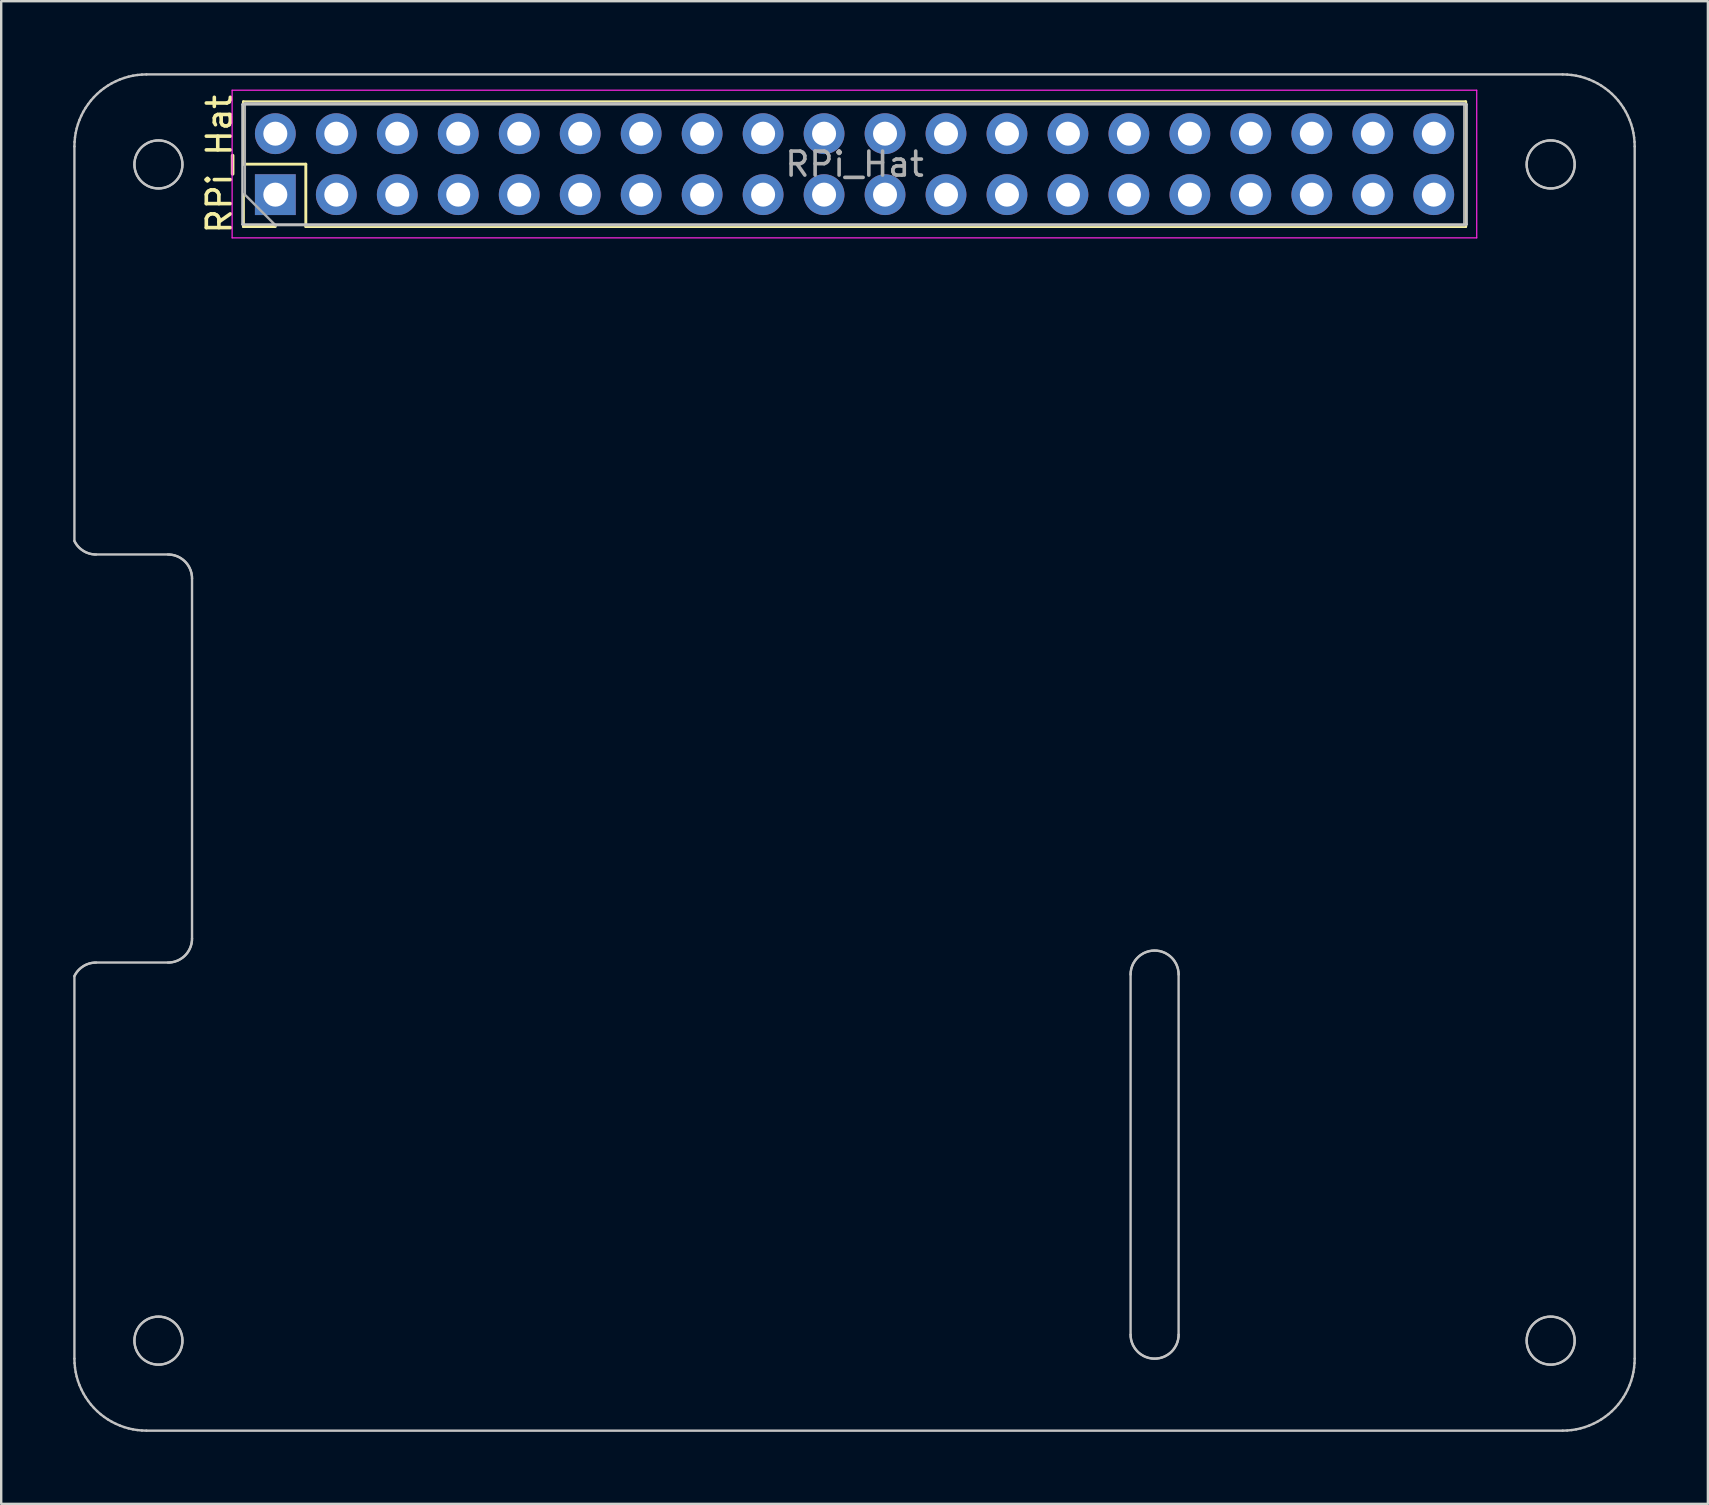
<source format=kicad_pcb>
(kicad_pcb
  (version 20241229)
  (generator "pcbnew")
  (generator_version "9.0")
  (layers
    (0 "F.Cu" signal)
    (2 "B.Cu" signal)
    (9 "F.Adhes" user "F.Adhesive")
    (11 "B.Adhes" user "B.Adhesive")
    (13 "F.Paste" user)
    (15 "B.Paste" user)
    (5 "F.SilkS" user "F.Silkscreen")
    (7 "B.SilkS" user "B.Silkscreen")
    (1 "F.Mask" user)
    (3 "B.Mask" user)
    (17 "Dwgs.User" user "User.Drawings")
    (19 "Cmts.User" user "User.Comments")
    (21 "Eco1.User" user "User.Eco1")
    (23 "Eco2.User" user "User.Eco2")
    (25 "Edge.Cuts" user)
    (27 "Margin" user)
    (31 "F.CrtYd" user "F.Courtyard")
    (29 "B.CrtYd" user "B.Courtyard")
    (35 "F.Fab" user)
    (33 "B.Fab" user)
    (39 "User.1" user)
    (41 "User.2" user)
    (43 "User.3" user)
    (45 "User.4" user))
  (footprint "RPi_Hat"
    (layer "F.Cu")
    (at 32.55 28.3)
    (property "Reference" "RPi_Hat" (at -26.46 -24.511 90) (layer "F.SilkS") (effects (font (size 1 1) (thickness 0.15))))
    (attr through_hole)
    (fp_line (start -25.46 -27.111) (end 25.46 -27.111) (stroke (width 0.12) (type solid)) (layer "F.SilkS"))
    (fp_line (start -25.46 -24.511) (end -25.46 -27.111) (stroke (width 0.12) (type solid)) (layer "F.SilkS"))
    (fp_line (start -25.46 -21.911) (end -25.46 -23.241) (stroke (width 0.12) (type solid)) (layer "F.SilkS"))
    (fp_line (start -24.13 -21.911) (end -25.46 -21.911) (stroke (width 0.12) (type solid)) (layer "F.SilkS"))
    (fp_line (start -22.86 -24.511) (end -25.46 -24.511) (stroke (width 0.12) (type solid)) (layer "F.SilkS"))
    (fp_line (start -22.86 -21.911) (end -22.86 -24.511) (stroke (width 0.12) (type solid)) (layer "F.SilkS"))
    (fp_line (start -22.86 -21.911) (end 25.46 -21.911) (stroke (width 0.12) (type solid)) (layer "F.SilkS"))
    (fp_line (start 25.46 -21.911) (end 25.46 -27.111) (stroke (width 0.12) (type solid)) (layer "F.SilkS"))
    (fp_line (start -32.5 -25.25) (end -32.494 -25.438) (stroke (width 0.1) (type solid)) (layer "Dwgs.User"))
    (fp_line (start -32.5 -8.814) (end -32.5 -25.25) (stroke (width 0.1) (type solid)) (layer "Dwgs.User"))
    (fp_line (start -32.5 9.314) (end -32.476 9.268) (stroke (width 0.1) (type solid)) (layer "Dwgs.User"))
    (fp_line (start -32.5 25.25) (end -32.5 9.314) (stroke (width 0.1) (type solid)) (layer "Dwgs.User"))
    (fp_line (start -32.494 -25.438) (end -32.476 -25.626) (stroke (width 0.1) (type solid)) (layer "Dwgs.User"))
    (fp_line (start -32.494 25.438) (end -32.5 25.25) (stroke (width 0.1) (type solid)) (layer "Dwgs.User"))
    (fp_line (start -32.476 -25.626) (end -32.447 -25.812) (stroke (width 0.1) (type solid)) (layer "Dwgs.User"))
    (fp_line (start -32.476 -8.768) (end -32.5 -8.814) (stroke (width 0.1) (type solid)) (layer "Dwgs.User"))
    (fp_line (start -32.476 9.268) (end -32.444 9.214) (stroke (width 0.1) (type solid)) (layer "Dwgs.User"))
    (fp_line (start -32.476 25.626) (end -32.494 25.438) (stroke (width 0.1) (type solid)) (layer "Dwgs.User"))
    (fp_line (start -32.447 -25.812) (end -32.406 -25.996) (stroke (width 0.1) (type solid)) (layer "Dwgs.User"))
    (fp_line (start -32.447 25.812) (end -32.476 25.626) (stroke (width 0.1) (type solid)) (layer "Dwgs.User"))
    (fp_line (start -32.444 -8.714) (end -32.476 -8.768) (stroke (width 0.1) (type solid)) (layer "Dwgs.User"))
    (fp_line (start -32.444 9.214) (end -32.409 9.162) (stroke (width 0.1) (type solid)) (layer "Dwgs.User"))
    (fp_line (start -32.409 -8.662) (end -32.444 -8.714) (stroke (width 0.1) (type solid)) (layer "Dwgs.User"))
    (fp_line (start -32.409 9.162) (end -32.371 9.113) (stroke (width 0.1) (type solid)) (layer "Dwgs.User"))
    (fp_line (start -32.406 -25.996) (end -32.353 -26.177) (stroke (width 0.1) (type solid)) (layer "Dwgs.User"))
    (fp_line (start -32.406 25.996) (end -32.447 25.812) (stroke (width 0.1) (type solid)) (layer "Dwgs.User"))
    (fp_line (start -32.371 -8.613) (end -32.409 -8.662) (stroke (width 0.1) (type solid)) (layer "Dwgs.User"))
    (fp_line (start -32.371 9.113) (end -32.329 9.065) (stroke (width 0.1) (type solid)) (layer "Dwgs.User"))
    (fp_line (start -32.353 -26.177) (end -32.289 -26.354) (stroke (width 0.1) (type solid)) (layer "Dwgs.User"))
    (fp_line (start -32.353 26.177) (end -32.406 25.996) (stroke (width 0.1) (type solid)) (layer "Dwgs.User"))
    (fp_line (start -32.329 -8.565) (end -32.371 -8.613) (stroke (width 0.1) (type solid)) (layer "Dwgs.User"))
    (fp_line (start -32.329 9.065) (end -32.285 9.021) (stroke (width 0.1) (type solid)) (layer "Dwgs.User"))
    (fp_line (start -32.289 -26.354) (end -32.214 -26.527) (stroke (width 0.1) (type solid)) (layer "Dwgs.User"))
    (fp_line (start -32.289 26.354) (end -32.353 26.177) (stroke (width 0.1) (type solid)) (layer "Dwgs.User"))
    (fp_line (start -32.285 -8.521) (end -32.329 -8.565) (stroke (width 0.1) (type solid)) (layer "Dwgs.User"))
    (fp_line (start -32.285 9.021) (end -32.237 8.979) (stroke (width 0.1) (type solid)) (layer "Dwgs.User"))
    (fp_line (start -32.237 -8.479) (end -32.285 -8.521) (stroke (width 0.1) (type solid)) (layer "Dwgs.User"))
    (fp_line (start -32.237 8.979) (end -32.188 8.941) (stroke (width 0.1) (type solid)) (layer "Dwgs.User"))
    (fp_line (start -32.214 -26.527) (end -32.129 -26.695) (stroke (width 0.1) (type solid)) (layer "Dwgs.User"))
    (fp_line (start -32.214 26.527) (end -32.289 26.354) (stroke (width 0.1) (type solid)) (layer "Dwgs.User"))
    (fp_line (start -32.188 -8.441) (end -32.237 -8.479) (stroke (width 0.1) (type solid)) (layer "Dwgs.User"))
    (fp_line (start -32.188 8.941) (end -32.136 8.906) (stroke (width 0.1) (type solid)) (layer "Dwgs.User"))
    (fp_line (start -32.136 -8.406) (end -32.188 -8.441) (stroke (width 0.1) (type solid)) (layer "Dwgs.User"))
    (fp_line (start -32.136 8.906) (end -32.082 8.874) (stroke (width 0.1) (type solid)) (layer "Dwgs.User"))
    (fp_line (start -32.129 -26.695) (end -32.033 -26.857) (stroke (width 0.1) (type solid)) (layer "Dwgs.User"))
    (fp_line (start -32.129 26.695) (end -32.214 26.527) (stroke (width 0.1) (type solid)) (layer "Dwgs.User"))
    (fp_line (start -32.082 -8.374) (end -32.136 -8.406) (stroke (width 0.1) (type solid)) (layer "Dwgs.User"))
    (fp_line (start -32.082 8.874) (end -32.026 8.845) (stroke (width 0.1) (type solid)) (layer "Dwgs.User"))
    (fp_line (start -32.033 -26.857) (end -31.927 -27.013) (stroke (width 0.1) (type solid)) (layer "Dwgs.User"))
    (fp_line (start -32.033 26.857) (end -32.129 26.695) (stroke (width 0.1) (type solid)) (layer "Dwgs.User"))
    (fp_line (start -32.026 -8.345) (end -32.082 -8.374) (stroke (width 0.1) (type solid)) (layer "Dwgs.User"))
    (fp_line (start -32.026 8.845) (end -31.968 8.82) (stroke (width 0.1) (type solid)) (layer "Dwgs.User"))
    (fp_line (start -31.968 -8.32) (end -32.026 -8.345) (stroke (width 0.1) (type solid)) (layer "Dwgs.User"))
    (fp_line (start -31.968 8.82) (end -31.909 8.799) (stroke (width 0.1) (type solid)) (layer "Dwgs.User"))
    (fp_line (start -31.927 -27.013) (end -31.812 -27.162) (stroke (width 0.1) (type solid)) (layer "Dwgs.User"))
    (fp_line (start -31.927 27.013) (end -32.033 26.857) (stroke (width 0.1) (type solid)) (layer "Dwgs.User"))
    (fp_line (start -31.909 -8.299) (end -31.968 -8.32) (stroke (width 0.1) (type solid)) (layer "Dwgs.User"))
    (fp_line (start -31.909 8.799) (end -31.849 8.781) (stroke (width 0.1) (type solid)) (layer "Dwgs.User"))
    (fp_line (start -31.849 -8.281) (end -31.909 -8.299) (stroke (width 0.1) (type solid)) (layer "Dwgs.User"))
    (fp_line (start -31.849 8.781) (end -31.787 8.768) (stroke (width 0.1) (type solid)) (layer "Dwgs.User"))
    (fp_line (start -31.812 -27.162) (end -31.687 -27.304) (stroke (width 0.1) (type solid)) (layer "Dwgs.User"))
    (fp_line (start -31.812 27.162) (end -31.927 27.013) (stroke (width 0.1) (type solid)) (layer "Dwgs.User"))
    (fp_line (start -31.787 -8.268) (end -31.849 -8.281) (stroke (width 0.1) (type solid)) (layer "Dwgs.User"))
    (fp_line (start -31.787 8.768) (end -31.725 8.758) (stroke (width 0.1) (type solid)) (layer "Dwgs.User"))
    (fp_line (start -31.725 -8.258) (end -31.787 -8.268) (stroke (width 0.1) (type solid)) (layer "Dwgs.User"))
    (fp_line (start -31.725 8.758) (end -31.663 8.752) (stroke (width 0.1) (type solid)) (layer "Dwgs.User"))
    (fp_line (start -31.687 -27.304) (end -31.554 -27.437) (stroke (width 0.1) (type solid)) (layer "Dwgs.User"))
    (fp_line (start -31.687 27.304) (end -31.812 27.162) (stroke (width 0.1) (type solid)) (layer "Dwgs.User"))
    (fp_line (start -31.663 -8.252) (end -31.725 -8.258) (stroke (width 0.1) (type solid)) (layer "Dwgs.User"))
    (fp_line (start -31.663 8.752) (end -31.6 8.75) (stroke (width 0.1) (type solid)) (layer "Dwgs.User"))
    (fp_line (start -31.6 -8.25) (end -31.663 -8.252) (stroke (width 0.1) (type solid)) (layer "Dwgs.User"))
    (fp_line (start -31.6 8.75) (end -28.6 8.75) (stroke (width 0.1) (type solid)) (layer "Dwgs.User"))
    (fp_line (start -31.554 -27.437) (end -31.412 -27.562) (stroke (width 0.1) (type solid)) (layer "Dwgs.User"))
    (fp_line (start -31.554 27.437) (end -31.687 27.304) (stroke (width 0.1) (type solid)) (layer "Dwgs.User"))
    (fp_line (start -31.412 -27.562) (end -31.263 -27.677) (stroke (width 0.1) (type solid)) (layer "Dwgs.User"))
    (fp_line (start -31.412 27.562) (end -31.554 27.437) (stroke (width 0.1) (type solid)) (layer "Dwgs.User"))
    (fp_line (start -31.263 -27.677) (end -31.107 -27.783) (stroke (width 0.1) (type solid)) (layer "Dwgs.User"))
    (fp_line (start -31.263 27.677) (end -31.412 27.562) (stroke (width 0.1) (type solid)) (layer "Dwgs.User"))
    (fp_line (start -31.107 -27.783) (end -30.945 -27.879) (stroke (width 0.1) (type solid)) (layer "Dwgs.User"))
    (fp_line (start -31.107 27.783) (end -31.263 27.677) (stroke (width 0.1) (type solid)) (layer "Dwgs.User"))
    (fp_line (start -30.945 -27.879) (end -30.777 -27.964) (stroke (width 0.1) (type solid)) (layer "Dwgs.User"))
    (fp_line (start -30.945 27.879) (end -31.107 27.783) (stroke (width 0.1) (type solid)) (layer "Dwgs.User"))
    (fp_line (start -30.777 -27.964) (end -30.604 -28.039) (stroke (width 0.1) (type solid)) (layer "Dwgs.User"))
    (fp_line (start -30.777 27.964) (end -30.945 27.879) (stroke (width 0.1) (type solid)) (layer "Dwgs.User"))
    (fp_line (start -30.604 -28.039) (end -30.427 -28.103) (stroke (width 0.1) (type solid)) (layer "Dwgs.User"))
    (fp_line (start -30.604 28.039) (end -30.777 27.964) (stroke (width 0.1) (type solid)) (layer "Dwgs.User"))
    (fp_line (start -30.427 -28.103) (end -30.246 -28.156) (stroke (width 0.1) (type solid)) (layer "Dwgs.User"))
    (fp_line (start -30.427 28.103) (end -30.604 28.039) (stroke (width 0.1) (type solid)) (layer "Dwgs.User"))
    (fp_line (start -30.246 -28.156) (end -30.062 -28.197) (stroke (width 0.1) (type solid)) (layer "Dwgs.User"))
    (fp_line (start -30.246 28.156) (end -30.427 28.103) (stroke (width 0.1) (type solid)) (layer "Dwgs.User"))
    (fp_line (start -30.062 -28.197) (end -29.876 -28.226) (stroke (width 0.1) (type solid)) (layer "Dwgs.User"))
    (fp_line (start -30.062 28.197) (end -30.246 28.156) (stroke (width 0.1) (type solid)) (layer "Dwgs.User"))
    (fp_line (start -30 -24.5) (end -29.998 -24.563) (stroke (width 0.1) (type solid)) (layer "Dwgs.User"))
    (fp_line (start -30 24.5) (end -29.998 24.437) (stroke (width 0.1) (type solid)) (layer "Dwgs.User"))
    (fp_line (start -29.998 -24.563) (end -29.992 -24.625) (stroke (width 0.1) (type solid)) (layer "Dwgs.User"))
    (fp_line (start -29.998 -24.437) (end -30 -24.5) (stroke (width 0.1) (type solid)) (layer "Dwgs.User"))
    (fp_line (start -29.998 24.437) (end -29.992 24.375) (stroke (width 0.1) (type solid)) (layer "Dwgs.User"))
    (fp_line (start -29.998 24.563) (end -30 24.5) (stroke (width 0.1) (type solid)) (layer "Dwgs.User"))
    (fp_line (start -29.992 -24.625) (end -29.982 -24.687) (stroke (width 0.1) (type solid)) (layer "Dwgs.User"))
    (fp_line (start -29.992 -24.375) (end -29.998 -24.437) (stroke (width 0.1) (type solid)) (layer "Dwgs.User"))
    (fp_line (start -29.992 24.375) (end -29.982 24.313) (stroke (width 0.1) (type solid)) (layer "Dwgs.User"))
    (fp_line (start -29.992 24.625) (end -29.998 24.563) (stroke (width 0.1) (type solid)) (layer "Dwgs.User"))
    (fp_line (start -29.982 -24.687) (end -29.969 -24.749) (stroke (width 0.1) (type solid)) (layer "Dwgs.User"))
    (fp_line (start -29.982 -24.313) (end -29.992 -24.375) (stroke (width 0.1) (type solid)) (layer "Dwgs.User"))
    (fp_line (start -29.982 24.313) (end -29.969 24.251) (stroke (width 0.1) (type solid)) (layer "Dwgs.User"))
    (fp_line (start -29.982 24.687) (end -29.992 24.625) (stroke (width 0.1) (type solid)) (layer "Dwgs.User"))
    (fp_line (start -29.969 -24.749) (end -29.951 -24.809) (stroke (width 0.1) (type solid)) (layer "Dwgs.User"))
    (fp_line (start -29.969 -24.251) (end -29.982 -24.313) (stroke (width 0.1) (type solid)) (layer "Dwgs.User"))
    (fp_line (start -29.969 24.251) (end -29.951 24.191) (stroke (width 0.1) (type solid)) (layer "Dwgs.User"))
    (fp_line (start -29.969 24.749) (end -29.982 24.687) (stroke (width 0.1) (type solid)) (layer "Dwgs.User"))
    (fp_line (start -29.951 -24.809) (end -29.93 -24.868) (stroke (width 0.1) (type solid)) (layer "Dwgs.User"))
    (fp_line (start -29.951 -24.191) (end -29.969 -24.251) (stroke (width 0.1) (type solid)) (layer "Dwgs.User"))
    (fp_line (start -29.951 24.191) (end -29.93 24.132) (stroke (width 0.1) (type solid)) (layer "Dwgs.User"))
    (fp_line (start -29.951 24.809) (end -29.969 24.749) (stroke (width 0.1) (type solid)) (layer "Dwgs.User"))
    (fp_line (start -29.93 -24.868) (end -29.905 -24.926) (stroke (width 0.1) (type solid)) (layer "Dwgs.User"))
    (fp_line (start -29.93 -24.132) (end -29.951 -24.191) (stroke (width 0.1) (type solid)) (layer "Dwgs.User"))
    (fp_line (start -29.93 24.132) (end -29.905 24.074) (stroke (width 0.1) (type solid)) (layer "Dwgs.User"))
    (fp_line (start -29.93 24.868) (end -29.951 24.809) (stroke (width 0.1) (type solid)) (layer "Dwgs.User"))
    (fp_line (start -29.905 -24.926) (end -29.876 -24.982) (stroke (width 0.1) (type solid)) (layer "Dwgs.User"))
    (fp_line (start -29.905 -24.074) (end -29.93 -24.132) (stroke (width 0.1) (type solid)) (layer "Dwgs.User"))
    (fp_line (start -29.905 24.074) (end -29.876 24.018) (stroke (width 0.1) (type solid)) (layer "Dwgs.User"))
    (fp_line (start -29.905 24.926) (end -29.93 24.868) (stroke (width 0.1) (type solid)) (layer "Dwgs.User"))
    (fp_line (start -29.876 -28.226) (end -29.688 -28.244) (stroke (width 0.1) (type solid)) (layer "Dwgs.User"))
    (fp_line (start -29.876 -24.982) (end -29.844 -25.036) (stroke (width 0.1) (type solid)) (layer "Dwgs.User"))
    (fp_line (start -29.876 -24.018) (end -29.905 -24.074) (stroke (width 0.1) (type solid)) (layer "Dwgs.User"))
    (fp_line (start -29.876 24.018) (end -29.844 23.964) (stroke (width 0.1) (type solid)) (layer "Dwgs.User"))
    (fp_line (start -29.876 24.982) (end -29.905 24.926) (stroke (width 0.1) (type solid)) (layer "Dwgs.User"))
    (fp_line (start -29.876 28.226) (end -30.062 28.197) (stroke (width 0.1) (type solid)) (layer "Dwgs.User"))
    (fp_line (start -29.844 -25.036) (end -29.809 -25.088) (stroke (width 0.1) (type solid)) (layer "Dwgs.User"))
    (fp_line (start -29.844 -23.964) (end -29.876 -24.018) (stroke (width 0.1) (type solid)) (layer "Dwgs.User"))
    (fp_line (start -29.844 23.964) (end -29.809 23.912) (stroke (width 0.1) (type solid)) (layer "Dwgs.User"))
    (fp_line (start -29.844 25.036) (end -29.876 24.982) (stroke (width 0.1) (type solid)) (layer "Dwgs.User"))
    (fp_line (start -29.809 -25.088) (end -29.771 -25.137) (stroke (width 0.1) (type solid)) (layer "Dwgs.User"))
    (fp_line (start -29.809 -23.912) (end -29.844 -23.964) (stroke (width 0.1) (type solid)) (layer "Dwgs.User"))
    (fp_line (start -29.809 23.912) (end -29.771 23.863) (stroke (width 0.1) (type solid)) (layer "Dwgs.User"))
    (fp_line (start -29.809 25.088) (end -29.844 25.036) (stroke (width 0.1) (type solid)) (layer "Dwgs.User"))
    (fp_line (start -29.771 -25.137) (end -29.729 -25.185) (stroke (width 0.1) (type solid)) (layer "Dwgs.User"))
    (fp_line (start -29.771 -23.863) (end -29.809 -23.912) (stroke (width 0.1) (type solid)) (layer "Dwgs.User"))
    (fp_line (start -29.771 23.863) (end -29.729 23.815) (stroke (width 0.1) (type solid)) (layer "Dwgs.User"))
    (fp_line (start -29.771 25.137) (end -29.809 25.088) (stroke (width 0.1) (type solid)) (layer "Dwgs.User"))
    (fp_line (start -29.729 -25.185) (end -29.685 -25.229) (stroke (width 0.1) (type solid)) (layer "Dwgs.User"))
    (fp_line (start -29.729 -23.815) (end -29.771 -23.863) (stroke (width 0.1) (type solid)) (layer "Dwgs.User"))
    (fp_line (start -29.729 23.815) (end -29.685 23.771) (stroke (width 0.1) (type solid)) (layer "Dwgs.User"))
    (fp_line (start -29.729 25.185) (end -29.771 25.137) (stroke (width 0.1) (type solid)) (layer "Dwgs.User"))
    (fp_line (start -29.688 -28.244) (end -29.5 -28.25) (stroke (width 0.1) (type solid)) (layer "Dwgs.User"))
    (fp_line (start -29.688 28.244) (end -29.876 28.226) (stroke (width 0.1) (type solid)) (layer "Dwgs.User"))
    (fp_line (start -29.685 -25.229) (end -29.637 -25.271) (stroke (width 0.1) (type solid)) (layer "Dwgs.User"))
    (fp_line (start -29.685 -23.771) (end -29.729 -23.815) (stroke (width 0.1) (type solid)) (layer "Dwgs.User"))
    (fp_line (start -29.685 23.771) (end -29.637 23.729) (stroke (width 0.1) (type solid)) (layer "Dwgs.User"))
    (fp_line (start -29.685 25.229) (end -29.729 25.185) (stroke (width 0.1) (type solid)) (layer "Dwgs.User"))
    (fp_line (start -29.637 -25.271) (end -29.588 -25.309) (stroke (width 0.1) (type solid)) (layer "Dwgs.User"))
    (fp_line (start -29.637 -23.729) (end -29.685 -23.771) (stroke (width 0.1) (type solid)) (layer "Dwgs.User"))
    (fp_line (start -29.637 23.729) (end -29.588 23.691) (stroke (width 0.1) (type solid)) (layer "Dwgs.User"))
    (fp_line (start -29.637 25.271) (end -29.685 25.229) (stroke (width 0.1) (type solid)) (layer "Dwgs.User"))
    (fp_line (start -29.588 -25.309) (end -29.536 -25.344) (stroke (width 0.1) (type solid)) (layer "Dwgs.User"))
    (fp_line (start -29.588 -23.691) (end -29.637 -23.729) (stroke (width 0.1) (type solid)) (layer "Dwgs.User"))
    (fp_line (start -29.588 23.691) (end -29.536 23.656) (stroke (width 0.1) (type solid)) (layer "Dwgs.User"))
    (fp_line (start -29.588 25.309) (end -29.637 25.271) (stroke (width 0.1) (type solid)) (layer "Dwgs.User"))
    (fp_line (start -29.536 -25.344) (end -29.482 -25.376) (stroke (width 0.1) (type solid)) (layer "Dwgs.User"))
    (fp_line (start -29.536 -23.656) (end -29.588 -23.691) (stroke (width 0.1) (type solid)) (layer "Dwgs.User"))
    (fp_line (start -29.536 23.656) (end -29.482 23.624) (stroke (width 0.1) (type solid)) (layer "Dwgs.User"))
    (fp_line (start -29.536 25.344) (end -29.588 25.309) (stroke (width 0.1) (type solid)) (layer "Dwgs.User"))
    (fp_line (start -29.5 -28.25) (end 29.5 -28.25) (stroke (width 0.1) (type solid)) (layer "Dwgs.User"))
    (fp_line (start -29.5 28.25) (end -29.688 28.244) (stroke (width 0.1) (type solid)) (layer "Dwgs.User"))
    (fp_line (start -29.482 -25.376) (end -29.426 -25.405) (stroke (width 0.1) (type solid)) (layer "Dwgs.User"))
    (fp_line (start -29.482 -23.624) (end -29.536 -23.656) (stroke (width 0.1) (type solid)) (layer "Dwgs.User"))
    (fp_line (start -29.482 23.624) (end -29.426 23.595) (stroke (width 0.1) (type solid)) (layer "Dwgs.User"))
    (fp_line (start -29.482 25.376) (end -29.536 25.344) (stroke (width 0.1) (type solid)) (layer "Dwgs.User"))
    (fp_line (start -29.426 -25.405) (end -29.368 -25.43) (stroke (width 0.1) (type solid)) (layer "Dwgs.User"))
    (fp_line (start -29.426 -23.595) (end -29.482 -23.624) (stroke (width 0.1) (type solid)) (layer "Dwgs.User"))
    (fp_line (start -29.426 23.595) (end -29.368 23.57) (stroke (width 0.1) (type solid)) (layer "Dwgs.User"))
    (fp_line (start -29.426 25.405) (end -29.482 25.376) (stroke (width 0.1) (type solid)) (layer "Dwgs.User"))
    (fp_line (start -29.368 -25.43) (end -29.309 -25.451) (stroke (width 0.1) (type solid)) (layer "Dwgs.User"))
    (fp_line (start -29.368 -23.57) (end -29.426 -23.595) (stroke (width 0.1) (type solid)) (layer "Dwgs.User"))
    (fp_line (start -29.368 23.57) (end -29.309 23.549) (stroke (width 0.1) (type solid)) (layer "Dwgs.User"))
    (fp_line (start -29.368 25.43) (end -29.426 25.405) (stroke (width 0.1) (type solid)) (layer "Dwgs.User"))
    (fp_line (start -29.309 -25.451) (end -29.249 -25.469) (stroke (width 0.1) (type solid)) (layer "Dwgs.User"))
    (fp_line (start -29.309 -23.549) (end -29.368 -23.57) (stroke (width 0.1) (type solid)) (layer "Dwgs.User"))
    (fp_line (start -29.309 23.549) (end -29.249 23.531) (stroke (width 0.1) (type solid)) (layer "Dwgs.User"))
    (fp_line (start -29.309 25.451) (end -29.368 25.43) (stroke (width 0.1) (type solid)) (layer "Dwgs.User"))
    (fp_line (start -29.249 -25.469) (end -29.187 -25.482) (stroke (width 0.1) (type solid)) (layer "Dwgs.User"))
    (fp_line (start -29.249 -23.531) (end -29.309 -23.549) (stroke (width 0.1) (type solid)) (layer "Dwgs.User"))
    (fp_line (start -29.249 23.531) (end -29.187 23.518) (stroke (width 0.1) (type solid)) (layer "Dwgs.User"))
    (fp_line (start -29.249 25.469) (end -29.309 25.451) (stroke (width 0.1) (type solid)) (layer "Dwgs.User"))
    (fp_line (start -29.187 -25.482) (end -29.125 -25.492) (stroke (width 0.1) (type solid)) (layer "Dwgs.User"))
    (fp_line (start -29.187 -23.518) (end -29.249 -23.531) (stroke (width 0.1) (type solid)) (layer "Dwgs.User"))
    (fp_line (start -29.187 23.518) (end -29.125 23.508) (stroke (width 0.1) (type solid)) (layer "Dwgs.User"))
    (fp_line (start -29.187 25.482) (end -29.249 25.469) (stroke (width 0.1) (type solid)) (layer "Dwgs.User"))
    (fp_line (start -29.125 -25.492) (end -29.063 -25.498) (stroke (width 0.1) (type solid)) (layer "Dwgs.User"))
    (fp_line (start -29.125 -23.508) (end -29.187 -23.518) (stroke (width 0.1) (type solid)) (layer "Dwgs.User"))
    (fp_line (start -29.125 23.508) (end -29.063 23.502) (stroke (width 0.1) (type solid)) (layer "Dwgs.User"))
    (fp_line (start -29.125 25.492) (end -29.187 25.482) (stroke (width 0.1) (type solid)) (layer "Dwgs.User"))
    (fp_line (start -29.063 -25.498) (end -29 -25.5) (stroke (width 0.1) (type solid)) (layer "Dwgs.User"))
    (fp_line (start -29.063 -23.502) (end -29.125 -23.508) (stroke (width 0.1) (type solid)) (layer "Dwgs.User"))
    (fp_line (start -29.063 23.502) (end -29 23.5) (stroke (width 0.1) (type solid)) (layer "Dwgs.User"))
    (fp_line (start -29.063 25.498) (end -29.125 25.492) (stroke (width 0.1) (type solid)) (layer "Dwgs.User"))
    (fp_line (start -29 -25.5) (end -28.937 -25.498) (stroke (width 0.1) (type solid)) (layer "Dwgs.User"))
    (fp_line (start -29 -23.5) (end -29.063 -23.502) (stroke (width 0.1) (type solid)) (layer "Dwgs.User"))
    (fp_line (start -29 23.5) (end -28.937 23.502) (stroke (width 0.1) (type solid)) (layer "Dwgs.User"))
    (fp_line (start -29 25.5) (end -29.063 25.498) (stroke (width 0.1) (type solid)) (layer "Dwgs.User"))
    (fp_line (start -28.937 -25.498) (end -28.875 -25.492) (stroke (width 0.1) (type solid)) (layer "Dwgs.User"))
    (fp_line (start -28.937 -23.502) (end -29 -23.5) (stroke (width 0.1) (type solid)) (layer "Dwgs.User"))
    (fp_line (start -28.937 23.502) (end -28.875 23.508) (stroke (width 0.1) (type solid)) (layer "Dwgs.User"))
    (fp_line (start -28.937 25.498) (end -29 25.5) (stroke (width 0.1) (type solid)) (layer "Dwgs.User"))
    (fp_line (start -28.875 -25.492) (end -28.813 -25.482) (stroke (width 0.1) (type solid)) (layer "Dwgs.User"))
    (fp_line (start -28.875 -23.508) (end -28.937 -23.502) (stroke (width 0.1) (type solid)) (layer "Dwgs.User"))
    (fp_line (start -28.875 23.508) (end -28.813 23.518) (stroke (width 0.1) (type solid)) (layer "Dwgs.User"))
    (fp_line (start -28.875 25.492) (end -28.937 25.498) (stroke (width 0.1) (type solid)) (layer "Dwgs.User"))
    (fp_line (start -28.813 -25.482) (end -28.751 -25.469) (stroke (width 0.1) (type solid)) (layer "Dwgs.User"))
    (fp_line (start -28.813 -23.518) (end -28.875 -23.508) (stroke (width 0.1) (type solid)) (layer "Dwgs.User"))
    (fp_line (start -28.813 23.518) (end -28.751 23.531) (stroke (width 0.1) (type solid)) (layer "Dwgs.User"))
    (fp_line (start -28.813 25.482) (end -28.875 25.492) (stroke (width 0.1) (type solid)) (layer "Dwgs.User"))
    (fp_line (start -28.751 -25.469) (end -28.691 -25.451) (stroke (width 0.1) (type solid)) (layer "Dwgs.User"))
    (fp_line (start -28.751 -23.531) (end -28.813 -23.518) (stroke (width 0.1) (type solid)) (layer "Dwgs.User"))
    (fp_line (start -28.751 23.531) (end -28.691 23.549) (stroke (width 0.1) (type solid)) (layer "Dwgs.User"))
    (fp_line (start -28.751 25.469) (end -28.813 25.482) (stroke (width 0.1) (type solid)) (layer "Dwgs.User"))
    (fp_line (start -28.691 -25.451) (end -28.632 -25.43) (stroke (width 0.1) (type solid)) (layer "Dwgs.User"))
    (fp_line (start -28.691 -23.549) (end -28.751 -23.531) (stroke (width 0.1) (type solid)) (layer "Dwgs.User"))
    (fp_line (start -28.691 23.549) (end -28.632 23.57) (stroke (width 0.1) (type solid)) (layer "Dwgs.User"))
    (fp_line (start -28.691 25.451) (end -28.751 25.469) (stroke (width 0.1) (type solid)) (layer "Dwgs.User"))
    (fp_line (start -28.632 -25.43) (end -28.574 -25.405) (stroke (width 0.1) (type solid)) (layer "Dwgs.User"))
    (fp_line (start -28.632 -23.57) (end -28.691 -23.549) (stroke (width 0.1) (type solid)) (layer "Dwgs.User"))
    (fp_line (start -28.632 23.57) (end -28.574 23.595) (stroke (width 0.1) (type solid)) (layer "Dwgs.User"))
    (fp_line (start -28.632 25.43) (end -28.691 25.451) (stroke (width 0.1) (type solid)) (layer "Dwgs.User"))
    (fp_line (start -28.6 -8.25) (end -31.6 -8.25) (stroke (width 0.1) (type solid)) (layer "Dwgs.User"))
    (fp_line (start -28.6 8.75) (end -28.537 8.748) (stroke (width 0.1) (type solid)) (layer "Dwgs.User"))
    (fp_line (start -28.574 -25.405) (end -28.518 -25.376) (stroke (width 0.1) (type solid)) (layer "Dwgs.User"))
    (fp_line (start -28.574 -23.595) (end -28.632 -23.57) (stroke (width 0.1) (type solid)) (layer "Dwgs.User"))
    (fp_line (start -28.574 23.595) (end -28.518 23.624) (stroke (width 0.1) (type solid)) (layer "Dwgs.User"))
    (fp_line (start -28.574 25.405) (end -28.632 25.43) (stroke (width 0.1) (type solid)) (layer "Dwgs.User"))
    (fp_line (start -28.537 -8.248) (end -28.6 -8.25) (stroke (width 0.1) (type solid)) (layer "Dwgs.User"))
    (fp_line (start -28.537 8.748) (end -28.475 8.742) (stroke (width 0.1) (type solid)) (layer "Dwgs.User"))
    (fp_line (start -28.518 -25.376) (end -28.464 -25.344) (stroke (width 0.1) (type solid)) (layer "Dwgs.User"))
    (fp_line (start -28.518 -23.624) (end -28.574 -23.595) (stroke (width 0.1) (type solid)) (layer "Dwgs.User"))
    (fp_line (start -28.518 23.624) (end -28.464 23.656) (stroke (width 0.1) (type solid)) (layer "Dwgs.User"))
    (fp_line (start -28.518 25.376) (end -28.574 25.405) (stroke (width 0.1) (type solid)) (layer "Dwgs.User"))
    (fp_line (start -28.475 -8.242) (end -28.537 -8.248) (stroke (width 0.1) (type solid)) (layer "Dwgs.User"))
    (fp_line (start -28.475 8.742) (end -28.413 8.732) (stroke (width 0.1) (type solid)) (layer "Dwgs.User"))
    (fp_line (start -28.464 -25.344) (end -28.412 -25.309) (stroke (width 0.1) (type solid)) (layer "Dwgs.User"))
    (fp_line (start -28.464 -23.656) (end -28.518 -23.624) (stroke (width 0.1) (type solid)) (layer "Dwgs.User"))
    (fp_line (start -28.464 23.656) (end -28.412 23.691) (stroke (width 0.1) (type solid)) (layer "Dwgs.User"))
    (fp_line (start -28.464 25.344) (end -28.518 25.376) (stroke (width 0.1) (type solid)) (layer "Dwgs.User"))
    (fp_line (start -28.413 -8.232) (end -28.475 -8.242) (stroke (width 0.1) (type solid)) (layer "Dwgs.User"))
    (fp_line (start -28.413 8.732) (end -28.351 8.719) (stroke (width 0.1) (type solid)) (layer "Dwgs.User"))
    (fp_line (start -28.412 -25.309) (end -28.363 -25.271) (stroke (width 0.1) (type solid)) (layer "Dwgs.User"))
    (fp_line (start -28.412 -23.691) (end -28.464 -23.656) (stroke (width 0.1) (type solid)) (layer "Dwgs.User"))
    (fp_line (start -28.412 23.691) (end -28.363 23.729) (stroke (width 0.1) (type solid)) (layer "Dwgs.User"))
    (fp_line (start -28.412 25.309) (end -28.464 25.344) (stroke (width 0.1) (type solid)) (layer "Dwgs.User"))
    (fp_line (start -28.363 -25.271) (end -28.315 -25.229) (stroke (width 0.1) (type solid)) (layer "Dwgs.User"))
    (fp_line (start -28.363 -23.729) (end -28.412 -23.691) (stroke (width 0.1) (type solid)) (layer "Dwgs.User"))
    (fp_line (start -28.363 23.729) (end -28.315 23.771) (stroke (width 0.1) (type solid)) (layer "Dwgs.User"))
    (fp_line (start -28.363 25.271) (end -28.412 25.309) (stroke (width 0.1) (type solid)) (layer "Dwgs.User"))
    (fp_line (start -28.351 -8.219) (end -28.413 -8.232) (stroke (width 0.1) (type solid)) (layer "Dwgs.User"))
    (fp_line (start -28.351 8.719) (end -28.291 8.701) (stroke (width 0.1) (type solid)) (layer "Dwgs.User"))
    (fp_line (start -28.315 -25.229) (end -28.271 -25.185) (stroke (width 0.1) (type solid)) (layer "Dwgs.User"))
    (fp_line (start -28.315 -23.771) (end -28.363 -23.729) (stroke (width 0.1) (type solid)) (layer "Dwgs.User"))
    (fp_line (start -28.315 23.771) (end -28.271 23.815) (stroke (width 0.1) (type solid)) (layer "Dwgs.User"))
    (fp_line (start -28.315 25.229) (end -28.363 25.271) (stroke (width 0.1) (type solid)) (layer "Dwgs.User"))
    (fp_line (start -28.291 -8.201) (end -28.351 -8.219) (stroke (width 0.1) (type solid)) (layer "Dwgs.User"))
    (fp_line (start -28.291 8.701) (end -28.232 8.68) (stroke (width 0.1) (type solid)) (layer "Dwgs.User"))
    (fp_line (start -28.271 -25.185) (end -28.229 -25.137) (stroke (width 0.1) (type solid)) (layer "Dwgs.User"))
    (fp_line (start -28.271 -23.815) (end -28.315 -23.771) (stroke (width 0.1) (type solid)) (layer "Dwgs.User"))
    (fp_line (start -28.271 23.815) (end -28.229 23.863) (stroke (width 0.1) (type solid)) (layer "Dwgs.User"))
    (fp_line (start -28.271 25.185) (end -28.315 25.229) (stroke (width 0.1) (type solid)) (layer "Dwgs.User"))
    (fp_line (start -28.232 -8.18) (end -28.291 -8.201) (stroke (width 0.1) (type solid)) (layer "Dwgs.User"))
    (fp_line (start -28.232 8.68) (end -28.174 8.655) (stroke (width 0.1) (type solid)) (layer "Dwgs.User"))
    (fp_line (start -28.229 -25.137) (end -28.191 -25.088) (stroke (width 0.1) (type solid)) (layer "Dwgs.User"))
    (fp_line (start -28.229 -23.863) (end -28.271 -23.815) (stroke (width 0.1) (type solid)) (layer "Dwgs.User"))
    (fp_line (start -28.229 23.863) (end -28.191 23.912) (stroke (width 0.1) (type solid)) (layer "Dwgs.User"))
    (fp_line (start -28.229 25.137) (end -28.271 25.185) (stroke (width 0.1) (type solid)) (layer "Dwgs.User"))
    (fp_line (start -28.191 -25.088) (end -28.156 -25.036) (stroke (width 0.1) (type solid)) (layer "Dwgs.User"))
    (fp_line (start -28.191 -23.912) (end -28.229 -23.863) (stroke (width 0.1) (type solid)) (layer "Dwgs.User"))
    (fp_line (start -28.191 23.912) (end -28.156 23.964) (stroke (width 0.1) (type solid)) (layer "Dwgs.User"))
    (fp_line (start -28.191 25.088) (end -28.229 25.137) (stroke (width 0.1) (type solid)) (layer "Dwgs.User"))
    (fp_line (start -28.174 -8.155) (end -28.232 -8.18) (stroke (width 0.1) (type solid)) (layer "Dwgs.User"))
    (fp_line (start -28.174 8.655) (end -28.118 8.626) (stroke (width 0.1) (type solid)) (layer "Dwgs.User"))
    (fp_line (start -28.156 -25.036) (end -28.124 -24.982) (stroke (width 0.1) (type solid)) (layer "Dwgs.User"))
    (fp_line (start -28.156 -23.964) (end -28.191 -23.912) (stroke (width 0.1) (type solid)) (layer "Dwgs.User"))
    (fp_line (start -28.156 23.964) (end -28.124 24.018) (stroke (width 0.1) (type solid)) (layer "Dwgs.User"))
    (fp_line (start -28.156 25.036) (end -28.191 25.088) (stroke (width 0.1) (type solid)) (layer "Dwgs.User"))
    (fp_line (start -28.124 -24.982) (end -28.095 -24.926) (stroke (width 0.1) (type solid)) (layer "Dwgs.User"))
    (fp_line (start -28.124 -24.018) (end -28.156 -23.964) (stroke (width 0.1) (type solid)) (layer "Dwgs.User"))
    (fp_line (start -28.124 24.018) (end -28.095 24.074) (stroke (width 0.1) (type solid)) (layer "Dwgs.User"))
    (fp_line (start -28.124 24.982) (end -28.156 25.036) (stroke (width 0.1) (type solid)) (layer "Dwgs.User"))
    (fp_line (start -28.118 -8.126) (end -28.174 -8.155) (stroke (width 0.1) (type solid)) (layer "Dwgs.User"))
    (fp_line (start -28.118 8.626) (end -28.064 8.594) (stroke (width 0.1) (type solid)) (layer "Dwgs.User"))
    (fp_line (start -28.095 -24.926) (end -28.07 -24.868) (stroke (width 0.1) (type solid)) (layer "Dwgs.User"))
    (fp_line (start -28.095 -24.074) (end -28.124 -24.018) (stroke (width 0.1) (type solid)) (layer "Dwgs.User"))
    (fp_line (start -28.095 24.074) (end -28.07 24.132) (stroke (width 0.1) (type solid)) (layer "Dwgs.User"))
    (fp_line (start -28.095 24.926) (end -28.124 24.982) (stroke (width 0.1) (type solid)) (layer "Dwgs.User"))
    (fp_line (start -28.07 -24.868) (end -28.049 -24.809) (stroke (width 0.1) (type solid)) (layer "Dwgs.User"))
    (fp_line (start -28.07 -24.132) (end -28.095 -24.074) (stroke (width 0.1) (type solid)) (layer "Dwgs.User"))
    (fp_line (start -28.07 24.132) (end -28.049 24.191) (stroke (width 0.1) (type solid)) (layer "Dwgs.User"))
    (fp_line (start -28.07 24.868) (end -28.095 24.926) (stroke (width 0.1) (type solid)) (layer "Dwgs.User"))
    (fp_line (start -28.064 -8.094) (end -28.118 -8.126) (stroke (width 0.1) (type solid)) (layer "Dwgs.User"))
    (fp_line (start -28.064 8.594) (end -28.012 8.559) (stroke (width 0.1) (type solid)) (layer "Dwgs.User"))
    (fp_line (start -28.049 -24.809) (end -28.031 -24.749) (stroke (width 0.1) (type solid)) (layer "Dwgs.User"))
    (fp_line (start -28.049 -24.191) (end -28.07 -24.132) (stroke (width 0.1) (type solid)) (layer "Dwgs.User"))
    (fp_line (start -28.049 24.191) (end -28.031 24.251) (stroke (width 0.1) (type solid)) (layer "Dwgs.User"))
    (fp_line (start -28.049 24.809) (end -28.07 24.868) (stroke (width 0.1) (type solid)) (layer "Dwgs.User"))
    (fp_line (start -28.031 -24.749) (end -28.018 -24.687) (stroke (width 0.1) (type solid)) (layer "Dwgs.User"))
    (fp_line (start -28.031 -24.251) (end -28.049 -24.191) (stroke (width 0.1) (type solid)) (layer "Dwgs.User"))
    (fp_line (start -28.031 24.251) (end -28.018 24.313) (stroke (width 0.1) (type solid)) (layer "Dwgs.User"))
    (fp_line (start -28.031 24.749) (end -28.049 24.809) (stroke (width 0.1) (type solid)) (layer "Dwgs.User"))
    (fp_line (start -28.018 -24.687) (end -28.008 -24.625) (stroke (width 0.1) (type solid)) (layer "Dwgs.User"))
    (fp_line (start -28.018 -24.313) (end -28.031 -24.251) (stroke (width 0.1) (type solid)) (layer "Dwgs.User"))
    (fp_line (start -28.018 24.313) (end -28.008 24.375) (stroke (width 0.1) (type solid)) (layer "Dwgs.User"))
    (fp_line (start -28.018 24.687) (end -28.031 24.749) (stroke (width 0.1) (type solid)) (layer "Dwgs.User"))
    (fp_line (start -28.012 -8.059) (end -28.064 -8.094) (stroke (width 0.1) (type solid)) (layer "Dwgs.User"))
    (fp_line (start -28.012 8.559) (end -27.963 8.521) (stroke (width 0.1) (type solid)) (layer "Dwgs.User"))
    (fp_line (start -28.008 -24.625) (end -28.002 -24.563) (stroke (width 0.1) (type solid)) (layer "Dwgs.User"))
    (fp_line (start -28.008 -24.375) (end -28.018 -24.313) (stroke (width 0.1) (type solid)) (layer "Dwgs.User"))
    (fp_line (start -28.008 24.375) (end -28.002 24.437) (stroke (width 0.1) (type solid)) (layer "Dwgs.User"))
    (fp_line (start -28.008 24.625) (end -28.018 24.687) (stroke (width 0.1) (type solid)) (layer "Dwgs.User"))
    (fp_line (start -28.002 -24.563) (end -28 -24.5) (stroke (width 0.1) (type solid)) (layer "Dwgs.User"))
    (fp_line (start -28.002 -24.437) (end -28.008 -24.375) (stroke (width 0.1) (type solid)) (layer "Dwgs.User"))
    (fp_line (start -28.002 24.437) (end -28 24.5) (stroke (width 0.1) (type solid)) (layer "Dwgs.User"))
    (fp_line (start -28.002 24.563) (end -28.008 24.625) (stroke (width 0.1) (type solid)) (layer "Dwgs.User"))
    (fp_line (start -28 -24.5) (end -28.002 -24.437) (stroke (width 0.1) (type solid)) (layer "Dwgs.User"))
    (fp_line (start -28 24.5) (end -28.002 24.563) (stroke (width 0.1) (type solid)) (layer "Dwgs.User"))
    (fp_line (start -27.963 -8.021) (end -28.012 -8.059) (stroke (width 0.1) (type solid)) (layer "Dwgs.User"))
    (fp_line (start -27.963 8.521) (end -27.915 8.479) (stroke (width 0.1) (type solid)) (layer "Dwgs.User"))
    (fp_line (start -27.915 -7.979) (end -27.963 -8.021) (stroke (width 0.1) (type solid)) (layer "Dwgs.User"))
    (fp_line (start -27.915 8.479) (end -27.871 8.435) (stroke (width 0.1) (type solid)) (layer "Dwgs.User"))
    (fp_line (start -27.871 -7.935) (end -27.915 -7.979) (stroke (width 0.1) (type solid)) (layer "Dwgs.User"))
    (fp_line (start -27.871 8.435) (end -27.829 8.387) (stroke (width 0.1) (type solid)) (layer "Dwgs.User"))
    (fp_line (start -27.829 -7.887) (end -27.871 -7.935) (stroke (width 0.1) (type solid)) (layer "Dwgs.User"))
    (fp_line (start -27.829 8.387) (end -27.791 8.338) (stroke (width 0.1) (type solid)) (layer "Dwgs.User"))
    (fp_line (start -27.791 -7.838) (end -27.829 -7.887) (stroke (width 0.1) (type solid)) (layer "Dwgs.User"))
    (fp_line (start -27.791 8.338) (end -27.756 8.286) (stroke (width 0.1) (type solid)) (layer "Dwgs.User"))
    (fp_line (start -27.756 -7.786) (end -27.791 -7.838) (stroke (width 0.1) (type solid)) (layer "Dwgs.User"))
    (fp_line (start -27.756 8.286) (end -27.724 8.232) (stroke (width 0.1) (type solid)) (layer "Dwgs.User"))
    (fp_line (start -27.724 -7.732) (end -27.756 -7.786) (stroke (width 0.1) (type solid)) (layer "Dwgs.User"))
    (fp_line (start -27.724 8.232) (end -27.695 8.176) (stroke (width 0.1) (type solid)) (layer "Dwgs.User"))
    (fp_line (start -27.695 -7.676) (end -27.724 -7.732) (stroke (width 0.1) (type solid)) (layer "Dwgs.User"))
    (fp_line (start -27.695 8.176) (end -27.67 8.118) (stroke (width 0.1) (type solid)) (layer "Dwgs.User"))
    (fp_line (start -27.67 -7.618) (end -27.695 -7.676) (stroke (width 0.1) (type solid)) (layer "Dwgs.User"))
    (fp_line (start -27.67 8.118) (end -27.649 8.059) (stroke (width 0.1) (type solid)) (layer "Dwgs.User"))
    (fp_line (start -27.649 -7.559) (end -27.67 -7.618) (stroke (width 0.1) (type solid)) (layer "Dwgs.User"))
    (fp_line (start -27.649 8.059) (end -27.631 7.999) (stroke (width 0.1) (type solid)) (layer "Dwgs.User"))
    (fp_line (start -27.631 -7.499) (end -27.649 -7.559) (stroke (width 0.1) (type solid)) (layer "Dwgs.User"))
    (fp_line (start -27.631 7.999) (end -27.618 7.937) (stroke (width 0.1) (type solid)) (layer "Dwgs.User"))
    (fp_line (start -27.618 -7.437) (end -27.631 -7.499) (stroke (width 0.1) (type solid)) (layer "Dwgs.User"))
    (fp_line (start -27.618 7.937) (end -27.608 7.875) (stroke (width 0.1) (type solid)) (layer "Dwgs.User"))
    (fp_line (start -27.608 -7.375) (end -27.618 -7.437) (stroke (width 0.1) (type solid)) (layer "Dwgs.User"))
    (fp_line (start -27.608 7.875) (end -27.602 7.813) (stroke (width 0.1) (type solid)) (layer "Dwgs.User"))
    (fp_line (start -27.602 -7.313) (end -27.608 -7.375) (stroke (width 0.1) (type solid)) (layer "Dwgs.User"))
    (fp_line (start -27.602 7.813) (end -27.6 7.75) (stroke (width 0.1) (type solid)) (layer "Dwgs.User"))
    (fp_line (start -27.6 -7.25) (end -27.602 -7.313) (stroke (width 0.1) (type solid)) (layer "Dwgs.User"))
    (fp_line (start -27.6 7.75) (end -27.6 -7.25) (stroke (width 0.1) (type solid)) (layer "Dwgs.User"))
    (fp_line (start -25.5 -27) (end 25.5 -27) (stroke (width 0.1) (type solid)) (layer "Dwgs.User"))
    (fp_line (start -25.5 -22) (end -25.5 -27) (stroke (width 0.1) (type solid)) (layer "Dwgs.User"))
    (fp_line (start 11.5 9.25) (end 11.502 9.187) (stroke (width 0.1) (type solid)) (layer "Dwgs.User"))
    (fp_line (start 11.5 24.25) (end 11.5 9.25) (stroke (width 0.1) (type solid)) (layer "Dwgs.User"))
    (fp_line (start 11.502 9.187) (end 11.508 9.125) (stroke (width 0.1) (type solid)) (layer "Dwgs.User"))
    (fp_line (start 11.502 24.313) (end 11.5 24.25) (stroke (width 0.1) (type solid)) (layer "Dwgs.User"))
    (fp_line (start 11.508 9.125) (end 11.518 9.063) (stroke (width 0.1) (type solid)) (layer "Dwgs.User"))
    (fp_line (start 11.508 24.375) (end 11.502 24.313) (stroke (width 0.1) (type solid)) (layer "Dwgs.User"))
    (fp_line (start 11.518 9.063) (end 11.531 9.001) (stroke (width 0.1) (type solid)) (layer "Dwgs.User"))
    (fp_line (start 11.518 24.437) (end 11.508 24.375) (stroke (width 0.1) (type solid)) (layer "Dwgs.User"))
    (fp_line (start 11.531 9.001) (end 11.549 8.941) (stroke (width 0.1) (type solid)) (layer "Dwgs.User"))
    (fp_line (start 11.531 24.499) (end 11.518 24.437) (stroke (width 0.1) (type solid)) (layer "Dwgs.User"))
    (fp_line (start 11.549 8.941) (end 11.57 8.882) (stroke (width 0.1) (type solid)) (layer "Dwgs.User"))
    (fp_line (start 11.549 24.559) (end 11.531 24.499) (stroke (width 0.1) (type solid)) (layer "Dwgs.User"))
    (fp_line (start 11.57 8.882) (end 11.595 8.824) (stroke (width 0.1) (type solid)) (layer "Dwgs.User"))
    (fp_line (start 11.57 24.618) (end 11.549 24.559) (stroke (width 0.1) (type solid)) (layer "Dwgs.User"))
    (fp_line (start 11.595 8.824) (end 11.624 8.768) (stroke (width 0.1) (type solid)) (layer "Dwgs.User"))
    (fp_line (start 11.595 24.676) (end 11.57 24.618) (stroke (width 0.1) (type solid)) (layer "Dwgs.User"))
    (fp_line (start 11.624 8.768) (end 11.656 8.714) (stroke (width 0.1) (type solid)) (layer "Dwgs.User"))
    (fp_line (start 11.624 24.732) (end 11.595 24.676) (stroke (width 0.1) (type solid)) (layer "Dwgs.User"))
    (fp_line (start 11.656 8.714) (end 11.691 8.662) (stroke (width 0.1) (type solid)) (layer "Dwgs.User"))
    (fp_line (start 11.656 24.786) (end 11.624 24.732) (stroke (width 0.1) (type solid)) (layer "Dwgs.User"))
    (fp_line (start 11.691 8.662) (end 11.729 8.613) (stroke (width 0.1) (type solid)) (layer "Dwgs.User"))
    (fp_line (start 11.691 24.838) (end 11.656 24.786) (stroke (width 0.1) (type solid)) (layer "Dwgs.User"))
    (fp_line (start 11.729 8.613) (end 11.771 8.565) (stroke (width 0.1) (type solid)) (layer "Dwgs.User"))
    (fp_line (start 11.729 24.887) (end 11.691 24.838) (stroke (width 0.1) (type solid)) (layer "Dwgs.User"))
    (fp_line (start 11.771 8.565) (end 11.815 8.521) (stroke (width 0.1) (type solid)) (layer "Dwgs.User"))
    (fp_line (start 11.771 24.935) (end 11.729 24.887) (stroke (width 0.1) (type solid)) (layer "Dwgs.User"))
    (fp_line (start 11.815 8.521) (end 11.863 8.479) (stroke (width 0.1) (type solid)) (layer "Dwgs.User"))
    (fp_line (start 11.815 24.979) (end 11.771 24.935) (stroke (width 0.1) (type solid)) (layer "Dwgs.User"))
    (fp_line (start 11.863 8.479) (end 11.912 8.441) (stroke (width 0.1) (type solid)) (layer "Dwgs.User"))
    (fp_line (start 11.863 25.021) (end 11.815 24.979) (stroke (width 0.1) (type solid)) (layer "Dwgs.User"))
    (fp_line (start 11.912 8.441) (end 11.964 8.406) (stroke (width 0.1) (type solid)) (layer "Dwgs.User"))
    (fp_line (start 11.912 25.059) (end 11.863 25.021) (stroke (width 0.1) (type solid)) (layer "Dwgs.User"))
    (fp_line (start 11.964 8.406) (end 12.018 8.374) (stroke (width 0.1) (type solid)) (layer "Dwgs.User"))
    (fp_line (start 11.964 25.094) (end 11.912 25.059) (stroke (width 0.1) (type solid)) (layer "Dwgs.User"))
    (fp_line (start 12.018 8.374) (end 12.074 8.345) (stroke (width 0.1) (type solid)) (layer "Dwgs.User"))
    (fp_line (start 12.018 25.126) (end 11.964 25.094) (stroke (width 0.1) (type solid)) (layer "Dwgs.User"))
    (fp_line (start 12.074 8.345) (end 12.132 8.32) (stroke (width 0.1) (type solid)) (layer "Dwgs.User"))
    (fp_line (start 12.074 25.155) (end 12.018 25.126) (stroke (width 0.1) (type solid)) (layer "Dwgs.User"))
    (fp_line (start 12.132 8.32) (end 12.191 8.299) (stroke (width 0.1) (type solid)) (layer "Dwgs.User"))
    (fp_line (start 12.132 25.18) (end 12.074 25.155) (stroke (width 0.1) (type solid)) (layer "Dwgs.User"))
    (fp_line (start 12.191 8.299) (end 12.251 8.281) (stroke (width 0.1) (type solid)) (layer "Dwgs.User"))
    (fp_line (start 12.191 25.201) (end 12.132 25.18) (stroke (width 0.1) (type solid)) (layer "Dwgs.User"))
    (fp_line (start 12.251 8.281) (end 12.313 8.268) (stroke (width 0.1) (type solid)) (layer "Dwgs.User"))
    (fp_line (start 12.251 25.219) (end 12.191 25.201) (stroke (width 0.1) (type solid)) (layer "Dwgs.User"))
    (fp_line (start 12.313 8.268) (end 12.375 8.258) (stroke (width 0.1) (type solid)) (layer "Dwgs.User"))
    (fp_line (start 12.313 25.232) (end 12.251 25.219) (stroke (width 0.1) (type solid)) (layer "Dwgs.User"))
    (fp_line (start 12.375 8.258) (end 12.437 8.252) (stroke (width 0.1) (type solid)) (layer "Dwgs.User"))
    (fp_line (start 12.375 25.242) (end 12.313 25.232) (stroke (width 0.1) (type solid)) (layer "Dwgs.User"))
    (fp_line (start 12.437 8.252) (end 12.5 8.25) (stroke (width 0.1) (type solid)) (layer "Dwgs.User"))
    (fp_line (start 12.437 25.248) (end 12.375 25.242) (stroke (width 0.1) (type solid)) (layer "Dwgs.User"))
    (fp_line (start 12.5 8.25) (end 12.563 8.252) (stroke (width 0.1) (type solid)) (layer "Dwgs.User"))
    (fp_line (start 12.5 25.25) (end 12.437 25.248) (stroke (width 0.1) (type solid)) (layer "Dwgs.User"))
    (fp_line (start 12.563 8.252) (end 12.625 8.258) (stroke (width 0.1) (type solid)) (layer "Dwgs.User"))
    (fp_line (start 12.563 25.248) (end 12.5 25.25) (stroke (width 0.1) (type solid)) (layer "Dwgs.User"))
    (fp_line (start 12.625 8.258) (end 12.687 8.268) (stroke (width 0.1) (type solid)) (layer "Dwgs.User"))
    (fp_line (start 12.625 25.242) (end 12.563 25.248) (stroke (width 0.1) (type solid)) (layer "Dwgs.User"))
    (fp_line (start 12.687 8.268) (end 12.749 8.281) (stroke (width 0.1) (type solid)) (layer "Dwgs.User"))
    (fp_line (start 12.687 25.232) (end 12.625 25.242) (stroke (width 0.1) (type solid)) (layer "Dwgs.User"))
    (fp_line (start 12.749 8.281) (end 12.809 8.299) (stroke (width 0.1) (type solid)) (layer "Dwgs.User"))
    (fp_line (start 12.749 25.219) (end 12.687 25.232) (stroke (width 0.1) (type solid)) (layer "Dwgs.User"))
    (fp_line (start 12.809 8.299) (end 12.868 8.32) (stroke (width 0.1) (type solid)) (layer "Dwgs.User"))
    (fp_line (start 12.809 25.201) (end 12.749 25.219) (stroke (width 0.1) (type solid)) (layer "Dwgs.User"))
    (fp_line (start 12.868 8.32) (end 12.926 8.345) (stroke (width 0.1) (type solid)) (layer "Dwgs.User"))
    (fp_line (start 12.868 25.18) (end 12.809 25.201) (stroke (width 0.1) (type solid)) (layer "Dwgs.User"))
    (fp_line (start 12.926 8.345) (end 12.982 8.374) (stroke (width 0.1) (type solid)) (layer "Dwgs.User"))
    (fp_line (start 12.926 25.155) (end 12.868 25.18) (stroke (width 0.1) (type solid)) (layer "Dwgs.User"))
    (fp_line (start 12.982 8.374) (end 13.036 8.406) (stroke (width 0.1) (type solid)) (layer "Dwgs.User"))
    (fp_line (start 12.982 25.126) (end 12.926 25.155) (stroke (width 0.1) (type solid)) (layer "Dwgs.User"))
    (fp_line (start 13.036 8.406) (end 13.088 8.441) (stroke (width 0.1) (type solid)) (layer "Dwgs.User"))
    (fp_line (start 13.036 25.094) (end 12.982 25.126) (stroke (width 0.1) (type solid)) (layer "Dwgs.User"))
    (fp_line (start 13.088 8.441) (end 13.137 8.479) (stroke (width 0.1) (type solid)) (layer "Dwgs.User"))
    (fp_line (start 13.088 25.059) (end 13.036 25.094) (stroke (width 0.1) (type solid)) (layer "Dwgs.User"))
    (fp_line (start 13.137 8.479) (end 13.185 8.521) (stroke (width 0.1) (type solid)) (layer "Dwgs.User"))
    (fp_line (start 13.137 25.021) (end 13.088 25.059) (stroke (width 0.1) (type solid)) (layer "Dwgs.User"))
    (fp_line (start 13.185 8.521) (end 13.229 8.565) (stroke (width 0.1) (type solid)) (layer "Dwgs.User"))
    (fp_line (start 13.185 24.979) (end 13.137 25.021) (stroke (width 0.1) (type solid)) (layer "Dwgs.User"))
    (fp_line (start 13.229 8.565) (end 13.271 8.613) (stroke (width 0.1) (type solid)) (layer "Dwgs.User"))
    (fp_line (start 13.229 24.935) (end 13.185 24.979) (stroke (width 0.1) (type solid)) (layer "Dwgs.User"))
    (fp_line (start 13.271 8.613) (end 13.309 8.662) (stroke (width 0.1) (type solid)) (layer "Dwgs.User"))
    (fp_line (start 13.271 24.887) (end 13.229 24.935) (stroke (width 0.1) (type solid)) (layer "Dwgs.User"))
    (fp_line (start 13.309 8.662) (end 13.344 8.714) (stroke (width 0.1) (type solid)) (layer "Dwgs.User"))
    (fp_line (start 13.309 24.838) (end 13.271 24.887) (stroke (width 0.1) (type solid)) (layer "Dwgs.User"))
    (fp_line (start 13.344 8.714) (end 13.376 8.768) (stroke (width 0.1) (type solid)) (layer "Dwgs.User"))
    (fp_line (start 13.344 24.786) (end 13.309 24.838) (stroke (width 0.1) (type solid)) (layer "Dwgs.User"))
    (fp_line (start 13.376 8.768) (end 13.405 8.824) (stroke (width 0.1) (type solid)) (layer "Dwgs.User"))
    (fp_line (start 13.376 24.732) (end 13.344 24.786) (stroke (width 0.1) (type solid)) (layer "Dwgs.User"))
    (fp_line (start 13.405 8.824) (end 13.43 8.882) (stroke (width 0.1) (type solid)) (layer "Dwgs.User"))
    (fp_line (start 13.405 24.676) (end 13.376 24.732) (stroke (width 0.1) (type solid)) (layer "Dwgs.User"))
    (fp_line (start 13.43 8.882) (end 13.451 8.941) (stroke (width 0.1) (type solid)) (layer "Dwgs.User"))
    (fp_line (start 13.43 24.618) (end 13.405 24.676) (stroke (width 0.1) (type solid)) (layer "Dwgs.User"))
    (fp_line (start 13.451 8.941) (end 13.469 9.001) (stroke (width 0.1) (type solid)) (layer "Dwgs.User"))
    (fp_line (start 13.451 24.559) (end 13.43 24.618) (stroke (width 0.1) (type solid)) (layer "Dwgs.User"))
    (fp_line (start 13.469 9.001) (end 13.482 9.063) (stroke (width 0.1) (type solid)) (layer "Dwgs.User"))
    (fp_line (start 13.469 24.499) (end 13.451 24.559) (stroke (width 0.1) (type solid)) (layer "Dwgs.User"))
    (fp_line (start 13.482 9.063) (end 13.492 9.125) (stroke (width 0.1) (type solid)) (layer "Dwgs.User"))
    (fp_line (start 13.482 24.437) (end 13.469 24.499) (stroke (width 0.1) (type solid)) (layer "Dwgs.User"))
    (fp_line (start 13.492 9.125) (end 13.498 9.187) (stroke (width 0.1) (type solid)) (layer "Dwgs.User"))
    (fp_line (start 13.492 24.375) (end 13.482 24.437) (stroke (width 0.1) (type solid)) (layer "Dwgs.User"))
    (fp_line (start 13.498 9.187) (end 13.5 9.25) (stroke (width 0.1) (type solid)) (layer "Dwgs.User"))
    (fp_line (start 13.498 24.313) (end 13.492 24.375) (stroke (width 0.1) (type solid)) (layer "Dwgs.User"))
    (fp_line (start 13.5 9.25) (end 13.5 24.25) (stroke (width 0.1) (type solid)) (layer "Dwgs.User"))
    (fp_line (start 13.5 24.25) (end 13.498 24.313) (stroke (width 0.1) (type solid)) (layer "Dwgs.User"))
    (fp_line (start 25.5 -27) (end 25.5 -22) (stroke (width 0.1) (type solid)) (layer "Dwgs.User"))
    (fp_line (start 25.5 -22) (end -25.5 -22) (stroke (width 0.1) (type solid)) (layer "Dwgs.User"))
    (fp_line (start 28 -24.5) (end 28.002 -24.563) (stroke (width 0.1) (type solid)) (layer "Dwgs.User"))
    (fp_line (start 28 24.5) (end 28.002 24.437) (stroke (width 0.1) (type solid)) (layer "Dwgs.User"))
    (fp_line (start 28.002 -24.563) (end 28.008 -24.625) (stroke (width 0.1) (type solid)) (layer "Dwgs.User"))
    (fp_line (start 28.002 -24.437) (end 28 -24.5) (stroke (width 0.1) (type solid)) (layer "Dwgs.User"))
    (fp_line (start 28.002 24.437) (end 28.008 24.375) (stroke (width 0.1) (type solid)) (layer "Dwgs.User"))
    (fp_line (start 28.002 24.563) (end 28 24.5) (stroke (width 0.1) (type solid)) (layer "Dwgs.User"))
    (fp_line (start 28.008 -24.625) (end 28.018 -24.687) (stroke (width 0.1) (type solid)) (layer "Dwgs.User"))
    (fp_line (start 28.008 -24.375) (end 28.002 -24.437) (stroke (width 0.1) (type solid)) (layer "Dwgs.User"))
    (fp_line (start 28.008 24.375) (end 28.018 24.313) (stroke (width 0.1) (type solid)) (layer "Dwgs.User"))
    (fp_line (start 28.008 24.625) (end 28.002 24.563) (stroke (width 0.1) (type solid)) (layer "Dwgs.User"))
    (fp_line (start 28.018 -24.687) (end 28.031 -24.749) (stroke (width 0.1) (type solid)) (layer "Dwgs.User"))
    (fp_line (start 28.018 -24.313) (end 28.008 -24.375) (stroke (width 0.1) (type solid)) (layer "Dwgs.User"))
    (fp_line (start 28.018 24.313) (end 28.031 24.251) (stroke (width 0.1) (type solid)) (layer "Dwgs.User"))
    (fp_line (start 28.018 24.687) (end 28.008 24.625) (stroke (width 0.1) (type solid)) (layer "Dwgs.User"))
    (fp_line (start 28.031 -24.749) (end 28.049 -24.809) (stroke (width 0.1) (type solid)) (layer "Dwgs.User"))
    (fp_line (start 28.031 -24.251) (end 28.018 -24.313) (stroke (width 0.1) (type solid)) (layer "Dwgs.User"))
    (fp_line (start 28.031 24.251) (end 28.049 24.191) (stroke (width 0.1) (type solid)) (layer "Dwgs.User"))
    (fp_line (start 28.031 24.749) (end 28.018 24.687) (stroke (width 0.1) (type solid)) (layer "Dwgs.User"))
    (fp_line (start 28.049 -24.809) (end 28.07 -24.868) (stroke (width 0.1) (type solid)) (layer "Dwgs.User"))
    (fp_line (start 28.049 -24.191) (end 28.031 -24.251) (stroke (width 0.1) (type solid)) (layer "Dwgs.User"))
    (fp_line (start 28.049 24.191) (end 28.07 24.132) (stroke (width 0.1) (type solid)) (layer "Dwgs.User"))
    (fp_line (start 28.049 24.809) (end 28.031 24.749) (stroke (width 0.1) (type solid)) (layer "Dwgs.User"))
    (fp_line (start 28.07 -24.868) (end 28.095 -24.926) (stroke (width 0.1) (type solid)) (layer "Dwgs.User"))
    (fp_line (start 28.07 -24.132) (end 28.049 -24.191) (stroke (width 0.1) (type solid)) (layer "Dwgs.User"))
    (fp_line (start 28.07 24.132) (end 28.095 24.074) (stroke (width 0.1) (type solid)) (layer "Dwgs.User"))
    (fp_line (start 28.07 24.868) (end 28.049 24.809) (stroke (width 0.1) (type solid)) (layer "Dwgs.User"))
    (fp_line (start 28.095 -24.926) (end 28.124 -24.982) (stroke (width 0.1) (type solid)) (layer "Dwgs.User"))
    (fp_line (start 28.095 -24.074) (end 28.07 -24.132) (stroke (width 0.1) (type solid)) (layer "Dwgs.User"))
    (fp_line (start 28.095 24.074) (end 28.124 24.018) (stroke (width 0.1) (type solid)) (layer "Dwgs.User"))
    (fp_line (start 28.095 24.926) (end 28.07 24.868) (stroke (width 0.1) (type solid)) (layer "Dwgs.User"))
    (fp_line (start 28.124 -24.982) (end 28.156 -25.036) (stroke (width 0.1) (type solid)) (layer "Dwgs.User"))
    (fp_line (start 28.124 -24.018) (end 28.095 -24.074) (stroke (width 0.1) (type solid)) (layer "Dwgs.User"))
    (fp_line (start 28.124 24.018) (end 28.156 23.964) (stroke (width 0.1) (type solid)) (layer "Dwgs.User"))
    (fp_line (start 28.124 24.982) (end 28.095 24.926) (stroke (width 0.1) (type solid)) (layer "Dwgs.User"))
    (fp_line (start 28.156 -25.036) (end 28.191 -25.088) (stroke (width 0.1) (type solid)) (layer "Dwgs.User"))
    (fp_line (start 28.156 -23.964) (end 28.124 -24.018) (stroke (width 0.1) (type solid)) (layer "Dwgs.User"))
    (fp_line (start 28.156 23.964) (end 28.191 23.912) (stroke (width 0.1) (type solid)) (layer "Dwgs.User"))
    (fp_line (start 28.156 25.036) (end 28.124 24.982) (stroke (width 0.1) (type solid)) (layer "Dwgs.User"))
    (fp_line (start 28.191 -25.088) (end 28.229 -25.137) (stroke (width 0.1) (type solid)) (layer "Dwgs.User"))
    (fp_line (start 28.191 -23.912) (end 28.156 -23.964) (stroke (width 0.1) (type solid)) (layer "Dwgs.User"))
    (fp_line (start 28.191 23.912) (end 28.229 23.863) (stroke (width 0.1) (type solid)) (layer "Dwgs.User"))
    (fp_line (start 28.191 25.088) (end 28.156 25.036) (stroke (width 0.1) (type solid)) (layer "Dwgs.User"))
    (fp_line (start 28.229 -25.137) (end 28.271 -25.185) (stroke (width 0.1) (type solid)) (layer "Dwgs.User"))
    (fp_line (start 28.229 -23.863) (end 28.191 -23.912) (stroke (width 0.1) (type solid)) (layer "Dwgs.User"))
    (fp_line (start 28.229 23.863) (end 28.271 23.815) (stroke (width 0.1) (type solid)) (layer "Dwgs.User"))
    (fp_line (start 28.229 25.137) (end 28.191 25.088) (stroke (width 0.1) (type solid)) (layer "Dwgs.User"))
    (fp_line (start 28.271 -25.185) (end 28.315 -25.229) (stroke (width 0.1) (type solid)) (layer "Dwgs.User"))
    (fp_line (start 28.271 -23.815) (end 28.229 -23.863) (stroke (width 0.1) (type solid)) (layer "Dwgs.User"))
    (fp_line (start 28.271 23.815) (end 28.315 23.771) (stroke (width 0.1) (type solid)) (layer "Dwgs.User"))
    (fp_line (start 28.271 25.185) (end 28.229 25.137) (stroke (width 0.1) (type solid)) (layer "Dwgs.User"))
    (fp_line (start 28.315 -25.229) (end 28.363 -25.271) (stroke (width 0.1) (type solid)) (layer "Dwgs.User"))
    (fp_line (start 28.315 -23.771) (end 28.271 -23.815) (stroke (width 0.1) (type solid)) (layer "Dwgs.User"))
    (fp_line (start 28.315 23.771) (end 28.363 23.729) (stroke (width 0.1) (type solid)) (layer "Dwgs.User"))
    (fp_line (start 28.315 25.229) (end 28.271 25.185) (stroke (width 0.1) (type solid)) (layer "Dwgs.User"))
    (fp_line (start 28.363 -25.271) (end 28.412 -25.309) (stroke (width 0.1) (type solid)) (layer "Dwgs.User"))
    (fp_line (start 28.363 -23.729) (end 28.315 -23.771) (stroke (width 0.1) (type solid)) (layer "Dwgs.User"))
    (fp_line (start 28.363 23.729) (end 28.412 23.691) (stroke (width 0.1) (type solid)) (layer "Dwgs.User"))
    (fp_line (start 28.363 25.271) (end 28.315 25.229) (stroke (width 0.1) (type solid)) (layer "Dwgs.User"))
    (fp_line (start 28.412 -25.309) (end 28.464 -25.344) (stroke (width 0.1) (type solid)) (layer "Dwgs.User"))
    (fp_line (start 28.412 -23.691) (end 28.363 -23.729) (stroke (width 0.1) (type solid)) (layer "Dwgs.User"))
    (fp_line (start 28.412 23.691) (end 28.464 23.656) (stroke (width 0.1) (type solid)) (layer "Dwgs.User"))
    (fp_line (start 28.412 25.309) (end 28.363 25.271) (stroke (width 0.1) (type solid)) (layer "Dwgs.User"))
    (fp_line (start 28.464 -25.344) (end 28.518 -25.376) (stroke (width 0.1) (type solid)) (layer "Dwgs.User"))
    (fp_line (start 28.464 -23.656) (end 28.412 -23.691) (stroke (width 0.1) (type solid)) (layer "Dwgs.User"))
    (fp_line (start 28.464 23.656) (end 28.518 23.624) (stroke (width 0.1) (type solid)) (layer "Dwgs.User"))
    (fp_line (start 28.464 25.344) (end 28.412 25.309) (stroke (width 0.1) (type solid)) (layer "Dwgs.User"))
    (fp_line (start 28.518 -25.376) (end 28.574 -25.405) (stroke (width 0.1) (type solid)) (layer "Dwgs.User"))
    (fp_line (start 28.518 -23.624) (end 28.464 -23.656) (stroke (width 0.1) (type solid)) (layer "Dwgs.User"))
    (fp_line (start 28.518 23.624) (end 28.574 23.595) (stroke (width 0.1) (type solid)) (layer "Dwgs.User"))
    (fp_line (start 28.518 25.376) (end 28.464 25.344) (stroke (width 0.1) (type solid)) (layer "Dwgs.User"))
    (fp_line (start 28.574 -25.405) (end 28.632 -25.43) (stroke (width 0.1) (type solid)) (layer "Dwgs.User"))
    (fp_line (start 28.574 -23.595) (end 28.518 -23.624) (stroke (width 0.1) (type solid)) (layer "Dwgs.User"))
    (fp_line (start 28.574 23.595) (end 28.632 23.57) (stroke (width 0.1) (type solid)) (layer "Dwgs.User"))
    (fp_line (start 28.574 25.405) (end 28.518 25.376) (stroke (width 0.1) (type solid)) (layer "Dwgs.User"))
    (fp_line (start 28.632 -25.43) (end 28.691 -25.451) (stroke (width 0.1) (type solid)) (layer "Dwgs.User"))
    (fp_line (start 28.632 -23.57) (end 28.574 -23.595) (stroke (width 0.1) (type solid)) (layer "Dwgs.User"))
    (fp_line (start 28.632 23.57) (end 28.691 23.549) (stroke (width 0.1) (type solid)) (layer "Dwgs.User"))
    (fp_line (start 28.632 25.43) (end 28.574 25.405) (stroke (width 0.1) (type solid)) (layer "Dwgs.User"))
    (fp_line (start 28.691 -25.451) (end 28.751 -25.469) (stroke (width 0.1) (type solid)) (layer "Dwgs.User"))
    (fp_line (start 28.691 -23.549) (end 28.632 -23.57) (stroke (width 0.1) (type solid)) (layer "Dwgs.User"))
    (fp_line (start 28.691 23.549) (end 28.751 23.531) (stroke (width 0.1) (type solid)) (layer "Dwgs.User"))
    (fp_line (start 28.691 25.451) (end 28.632 25.43) (stroke (width 0.1) (type solid)) (layer "Dwgs.User"))
    (fp_line (start 28.751 -25.469) (end 28.813 -25.482) (stroke (width 0.1) (type solid)) (layer "Dwgs.User"))
    (fp_line (start 28.751 -23.531) (end 28.691 -23.549) (stroke (width 0.1) (type solid)) (layer "Dwgs.User"))
    (fp_line (start 28.751 23.531) (end 28.813 23.518) (stroke (width 0.1) (type solid)) (layer "Dwgs.User"))
    (fp_line (start 28.751 25.469) (end 28.691 25.451) (stroke (width 0.1) (type solid)) (layer "Dwgs.User"))
    (fp_line (start 28.813 -25.482) (end 28.875 -25.492) (stroke (width 0.1) (type solid)) (layer "Dwgs.User"))
    (fp_line (start 28.813 -23.518) (end 28.751 -23.531) (stroke (width 0.1) (type solid)) (layer "Dwgs.User"))
    (fp_line (start 28.813 23.518) (end 28.875 23.508) (stroke (width 0.1) (type solid)) (layer "Dwgs.User"))
    (fp_line (start 28.813 25.482) (end 28.751 25.469) (stroke (width 0.1) (type solid)) (layer "Dwgs.User"))
    (fp_line (start 28.875 -25.492) (end 28.937 -25.498) (stroke (width 0.1) (type solid)) (layer "Dwgs.User"))
    (fp_line (start 28.875 -23.508) (end 28.813 -23.518) (stroke (width 0.1) (type solid)) (layer "Dwgs.User"))
    (fp_line (start 28.875 23.508) (end 28.937 23.502) (stroke (width 0.1) (type solid)) (layer "Dwgs.User"))
    (fp_line (start 28.875 25.492) (end 28.813 25.482) (stroke (width 0.1) (type solid)) (layer "Dwgs.User"))
    (fp_line (start 28.937 -25.498) (end 29 -25.5) (stroke (width 0.1) (type solid)) (layer "Dwgs.User"))
    (fp_line (start 28.937 -23.502) (end 28.875 -23.508) (stroke (width 0.1) (type solid)) (layer "Dwgs.User"))
    (fp_line (start 28.937 23.502) (end 29 23.5) (stroke (width 0.1) (type solid)) (layer "Dwgs.User"))
    (fp_line (start 28.937 25.498) (end 28.875 25.492) (stroke (width 0.1) (type solid)) (layer "Dwgs.User"))
    (fp_line (start 29 -25.5) (end 29.063 -25.498) (stroke (width 0.1) (type solid)) (layer "Dwgs.User"))
    (fp_line (start 29 -23.5) (end 28.937 -23.502) (stroke (width 0.1) (type solid)) (layer "Dwgs.User"))
    (fp_line (start 29 23.5) (end 29.063 23.502) (stroke (width 0.1) (type solid)) (layer "Dwgs.User"))
    (fp_line (start 29 25.5) (end 28.937 25.498) (stroke (width 0.1) (type solid)) (layer "Dwgs.User"))
    (fp_line (start 29.063 -25.498) (end 29.125 -25.492) (stroke (width 0.1) (type solid)) (layer "Dwgs.User"))
    (fp_line (start 29.063 -23.502) (end 29 -23.5) (stroke (width 0.1) (type solid)) (layer "Dwgs.User"))
    (fp_line (start 29.063 23.502) (end 29.125 23.508) (stroke (width 0.1) (type solid)) (layer "Dwgs.User"))
    (fp_line (start 29.063 25.498) (end 29 25.5) (stroke (width 0.1) (type solid)) (layer "Dwgs.User"))
    (fp_line (start 29.125 -25.492) (end 29.187 -25.482) (stroke (width 0.1) (type solid)) (layer "Dwgs.User"))
    (fp_line (start 29.125 -23.508) (end 29.063 -23.502) (stroke (width 0.1) (type solid)) (layer "Dwgs.User"))
    (fp_line (start 29.125 23.508) (end 29.187 23.518) (stroke (width 0.1) (type solid)) (layer "Dwgs.User"))
    (fp_line (start 29.125 25.492) (end 29.063 25.498) (stroke (width 0.1) (type solid)) (layer "Dwgs.User"))
    (fp_line (start 29.187 -25.482) (end 29.249 -25.469) (stroke (width 0.1) (type solid)) (layer "Dwgs.User"))
    (fp_line (start 29.187 -23.518) (end 29.125 -23.508) (stroke (width 0.1) (type solid)) (layer "Dwgs.User"))
    (fp_line (start 29.187 23.518) (end 29.249 23.531) (stroke (width 0.1) (type solid)) (layer "Dwgs.User"))
    (fp_line (start 29.187 25.482) (end 29.125 25.492) (stroke (width 0.1) (type solid)) (layer "Dwgs.User"))
    (fp_line (start 29.249 -25.469) (end 29.309 -25.451) (stroke (width 0.1) (type solid)) (layer "Dwgs.User"))
    (fp_line (start 29.249 -23.531) (end 29.187 -23.518) (stroke (width 0.1) (type solid)) (layer "Dwgs.User"))
    (fp_line (start 29.249 23.531) (end 29.309 23.549) (stroke (width 0.1) (type solid)) (layer "Dwgs.User"))
    (fp_line (start 29.249 25.469) (end 29.187 25.482) (stroke (width 0.1) (type solid)) (layer "Dwgs.User"))
    (fp_line (start 29.309 -25.451) (end 29.368 -25.43) (stroke (width 0.1) (type solid)) (layer "Dwgs.User"))
    (fp_line (start 29.309 -23.549) (end 29.249 -23.531) (stroke (width 0.1) (type solid)) (layer "Dwgs.User"))
    (fp_line (start 29.309 23.549) (end 29.368 23.57) (stroke (width 0.1) (type solid)) (layer "Dwgs.User"))
    (fp_line (start 29.309 25.451) (end 29.249 25.469) (stroke (width 0.1) (type solid)) (layer "Dwgs.User"))
    (fp_line (start 29.368 -25.43) (end 29.426 -25.405) (stroke (width 0.1) (type solid)) (layer "Dwgs.User"))
    (fp_line (start 29.368 -23.57) (end 29.309 -23.549) (stroke (width 0.1) (type solid)) (layer "Dwgs.User"))
    (fp_line (start 29.368 23.57) (end 29.426 23.595) (stroke (width 0.1) (type solid)) (layer "Dwgs.User"))
    (fp_line (start 29.368 25.43) (end 29.309 25.451) (stroke (width 0.1) (type solid)) (layer "Dwgs.User"))
    (fp_line (start 29.426 -25.405) (end 29.482 -25.376) (stroke (width 0.1) (type solid)) (layer "Dwgs.User"))
    (fp_line (start 29.426 -23.595) (end 29.368 -23.57) (stroke (width 0.1) (type solid)) (layer "Dwgs.User"))
    (fp_line (start 29.426 23.595) (end 29.482 23.624) (stroke (width 0.1) (type solid)) (layer "Dwgs.User"))
    (fp_line (start 29.426 25.405) (end 29.368 25.43) (stroke (width 0.1) (type solid)) (layer "Dwgs.User"))
    (fp_line (start 29.482 -25.376) (end 29.536 -25.344) (stroke (width 0.1) (type solid)) (layer "Dwgs.User"))
    (fp_line (start 29.482 -23.624) (end 29.426 -23.595) (stroke (width 0.1) (type solid)) (layer "Dwgs.User"))
    (fp_line (start 29.482 23.624) (end 29.536 23.656) (stroke (width 0.1) (type solid)) (layer "Dwgs.User"))
    (fp_line (start 29.482 25.376) (end 29.426 25.405) (stroke (width 0.1) (type solid)) (layer "Dwgs.User"))
    (fp_line (start 29.5 -28.25) (end 29.688 -28.244) (stroke (width 0.1) (type solid)) (layer "Dwgs.User"))
    (fp_line (start 29.5 28.25) (end -29.5 28.25) (stroke (width 0.1) (type solid)) (layer "Dwgs.User"))
    (fp_line (start 29.536 -25.344) (end 29.588 -25.309) (stroke (width 0.1) (type solid)) (layer "Dwgs.User"))
    (fp_line (start 29.536 -23.656) (end 29.482 -23.624) (stroke (width 0.1) (type solid)) (layer "Dwgs.User"))
    (fp_line (start 29.536 23.656) (end 29.588 23.691) (stroke (width 0.1) (type solid)) (layer "Dwgs.User"))
    (fp_line (start 29.536 25.344) (end 29.482 25.376) (stroke (width 0.1) (type solid)) (layer "Dwgs.User"))
    (fp_line (start 29.588 -25.309) (end 29.637 -25.271) (stroke (width 0.1) (type solid)) (layer "Dwgs.User"))
    (fp_line (start 29.588 -23.691) (end 29.536 -23.656) (stroke (width 0.1) (type solid)) (layer "Dwgs.User"))
    (fp_line (start 29.588 23.691) (end 29.637 23.729) (stroke (width 0.1) (type solid)) (layer "Dwgs.User"))
    (fp_line (start 29.588 25.309) (end 29.536 25.344) (stroke (width 0.1) (type solid)) (layer "Dwgs.User"))
    (fp_line (start 29.637 -25.271) (end 29.685 -25.229) (stroke (width 0.1) (type solid)) (layer "Dwgs.User"))
    (fp_line (start 29.637 -23.729) (end 29.588 -23.691) (stroke (width 0.1) (type solid)) (layer "Dwgs.User"))
    (fp_line (start 29.637 23.729) (end 29.685 23.771) (stroke (width 0.1) (type solid)) (layer "Dwgs.User"))
    (fp_line (start 29.637 25.271) (end 29.588 25.309) (stroke (width 0.1) (type solid)) (layer "Dwgs.User"))
    (fp_line (start 29.685 -25.229) (end 29.729 -25.185) (stroke (width 0.1) (type solid)) (layer "Dwgs.User"))
    (fp_line (start 29.685 -23.771) (end 29.637 -23.729) (stroke (width 0.1) (type solid)) (layer "Dwgs.User"))
    (fp_line (start 29.685 23.771) (end 29.729 23.815) (stroke (width 0.1) (type solid)) (layer "Dwgs.User"))
    (fp_line (start 29.685 25.229) (end 29.637 25.271) (stroke (width 0.1) (type solid)) (layer "Dwgs.User"))
    (fp_line (start 29.688 -28.244) (end 29.876 -28.226) (stroke (width 0.1) (type solid)) (layer "Dwgs.User"))
    (fp_line (start 29.688 28.244) (end 29.5 28.25) (stroke (width 0.1) (type solid)) (layer "Dwgs.User"))
    (fp_line (start 29.729 -25.185) (end 29.771 -25.137) (stroke (width 0.1) (type solid)) (layer "Dwgs.User"))
    (fp_line (start 29.729 -23.815) (end 29.685 -23.771) (stroke (width 0.1) (type solid)) (layer "Dwgs.User"))
    (fp_line (start 29.729 23.815) (end 29.771 23.863) (stroke (width 0.1) (type solid)) (layer "Dwgs.User"))
    (fp_line (start 29.729 25.185) (end 29.685 25.229) (stroke (width 0.1) (type solid)) (layer "Dwgs.User"))
    (fp_line (start 29.771 -25.137) (end 29.809 -25.088) (stroke (width 0.1) (type solid)) (layer "Dwgs.User"))
    (fp_line (start 29.771 -23.863) (end 29.729 -23.815) (stroke (width 0.1) (type solid)) (layer "Dwgs.User"))
    (fp_line (start 29.771 23.863) (end 29.809 23.912) (stroke (width 0.1) (type solid)) (layer "Dwgs.User"))
    (fp_line (start 29.771 25.137) (end 29.729 25.185) (stroke (width 0.1) (type solid)) (layer "Dwgs.User"))
    (fp_line (start 29.809 -25.088) (end 29.844 -25.036) (stroke (width 0.1) (type solid)) (layer "Dwgs.User"))
    (fp_line (start 29.809 -23.912) (end 29.771 -23.863) (stroke (width 0.1) (type solid)) (layer "Dwgs.User"))
    (fp_line (start 29.809 23.912) (end 29.844 23.964) (stroke (width 0.1) (type solid)) (layer "Dwgs.User"))
    (fp_line (start 29.809 25.088) (end 29.771 25.137) (stroke (width 0.1) (type solid)) (layer "Dwgs.User"))
    (fp_line (start 29.844 -25.036) (end 29.876 -24.982) (stroke (width 0.1) (type solid)) (layer "Dwgs.User"))
    (fp_line (start 29.844 -23.964) (end 29.809 -23.912) (stroke (width 0.1) (type solid)) (layer "Dwgs.User"))
    (fp_line (start 29.844 23.964) (end 29.876 24.018) (stroke (width 0.1) (type solid)) (layer "Dwgs.User"))
    (fp_line (start 29.844 25.036) (end 29.809 25.088) (stroke (width 0.1) (type solid)) (layer "Dwgs.User"))
    (fp_line (start 29.876 -28.226) (end 30.062 -28.197) (stroke (width 0.1) (type solid)) (layer "Dwgs.User"))
    (fp_line (start 29.876 -24.982) (end 29.905 -24.926) (stroke (width 0.1) (type solid)) (layer "Dwgs.User"))
    (fp_line (start 29.876 -24.018) (end 29.844 -23.964) (stroke (width 0.1) (type solid)) (layer "Dwgs.User"))
    (fp_line (start 29.876 24.018) (end 29.905 24.074) (stroke (width 0.1) (type solid)) (layer "Dwgs.User"))
    (fp_line (start 29.876 24.982) (end 29.844 25.036) (stroke (width 0.1) (type solid)) (layer "Dwgs.User"))
    (fp_line (start 29.876 28.226) (end 29.688 28.244) (stroke (width 0.1) (type solid)) (layer "Dwgs.User"))
    (fp_line (start 29.905 -24.926) (end 29.93 -24.868) (stroke (width 0.1) (type solid)) (layer "Dwgs.User"))
    (fp_line (start 29.905 -24.074) (end 29.876 -24.018) (stroke (width 0.1) (type solid)) (layer "Dwgs.User"))
    (fp_line (start 29.905 24.074) (end 29.93 24.132) (stroke (width 0.1) (type solid)) (layer "Dwgs.User"))
    (fp_line (start 29.905 24.926) (end 29.876 24.982) (stroke (width 0.1) (type solid)) (layer "Dwgs.User"))
    (fp_line (start 29.93 -24.868) (end 29.951 -24.809) (stroke (width 0.1) (type solid)) (layer "Dwgs.User"))
    (fp_line (start 29.93 -24.132) (end 29.905 -24.074) (stroke (width 0.1) (type solid)) (layer "Dwgs.User"))
    (fp_line (start 29.93 24.132) (end 29.951 24.191) (stroke (width 0.1) (type solid)) (layer "Dwgs.User"))
    (fp_line (start 29.93 24.868) (end 29.905 24.926) (stroke (width 0.1) (type solid)) (layer "Dwgs.User"))
    (fp_line (start 29.951 -24.809) (end 29.969 -24.749) (stroke (width 0.1) (type solid)) (layer "Dwgs.User"))
    (fp_line (start 29.951 -24.191) (end 29.93 -24.132) (stroke (width 0.1) (type solid)) (layer "Dwgs.User"))
    (fp_line (start 29.951 24.191) (end 29.969 24.251) (stroke (width 0.1) (type solid)) (layer "Dwgs.User"))
    (fp_line (start 29.951 24.809) (end 29.93 24.868) (stroke (width 0.1) (type solid)) (layer "Dwgs.User"))
    (fp_line (start 29.969 -24.749) (end 29.982 -24.687) (stroke (width 0.1) (type solid)) (layer "Dwgs.User"))
    (fp_line (start 29.969 -24.251) (end 29.951 -24.191) (stroke (width 0.1) (type solid)) (layer "Dwgs.User"))
    (fp_line (start 29.969 24.251) (end 29.982 24.313) (stroke (width 0.1) (type solid)) (layer "Dwgs.User"))
    (fp_line (start 29.969 24.749) (end 29.951 24.809) (stroke (width 0.1) (type solid)) (layer "Dwgs.User"))
    (fp_line (start 29.982 -24.687) (end 29.992 -24.625) (stroke (width 0.1) (type solid)) (layer "Dwgs.User"))
    (fp_line (start 29.982 -24.313) (end 29.969 -24.251) (stroke (width 0.1) (type solid)) (layer "Dwgs.User"))
    (fp_line (start 29.982 24.313) (end 29.992 24.375) (stroke (width 0.1) (type solid)) (layer "Dwgs.User"))
    (fp_line (start 29.982 24.687) (end 29.969 24.749) (stroke (width 0.1) (type solid)) (layer "Dwgs.User"))
    (fp_line (start 29.992 -24.625) (end 29.998 -24.563) (stroke (width 0.1) (type solid)) (layer "Dwgs.User"))
    (fp_line (start 29.992 -24.375) (end 29.982 -24.313) (stroke (width 0.1) (type solid)) (layer "Dwgs.User"))
    (fp_line (start 29.992 24.375) (end 29.998 24.437) (stroke (width 0.1) (type solid)) (layer "Dwgs.User"))
    (fp_line (start 29.992 24.625) (end 29.982 24.687) (stroke (width 0.1) (type solid)) (layer "Dwgs.User"))
    (fp_line (start 29.998 -24.563) (end 30 -24.5) (stroke (width 0.1) (type solid)) (layer "Dwgs.User"))
    (fp_line (start 29.998 -24.437) (end 29.992 -24.375) (stroke (width 0.1) (type solid)) (layer "Dwgs.User"))
    (fp_line (start 29.998 24.437) (end 30 24.5) (stroke (width 0.1) (type solid)) (layer "Dwgs.User"))
    (fp_line (start 29.998 24.563) (end 29.992 24.625) (stroke (width 0.1) (type solid)) (layer "Dwgs.User"))
    (fp_line (start 30 -24.5) (end 29.998 -24.437) (stroke (width 0.1) (type solid)) (layer "Dwgs.User"))
    (fp_line (start 30 24.5) (end 29.998 24.563) (stroke (width 0.1) (type solid)) (layer "Dwgs.User"))
    (fp_line (start 30.062 -28.197) (end 30.246 -28.156) (stroke (width 0.1) (type solid)) (layer "Dwgs.User"))
    (fp_line (start 30.062 28.197) (end 29.876 28.226) (stroke (width 0.1) (type solid)) (layer "Dwgs.User"))
    (fp_line (start 30.246 -28.156) (end 30.427 -28.103) (stroke (width 0.1) (type solid)) (layer "Dwgs.User"))
    (fp_line (start 30.246 28.156) (end 30.062 28.197) (stroke (width 0.1) (type solid)) (layer "Dwgs.User"))
    (fp_line (start 30.427 -28.103) (end 30.604 -28.039) (stroke (width 0.1) (type solid)) (layer "Dwgs.User"))
    (fp_line (start 30.427 28.103) (end 30.246 28.156) (stroke (width 0.1) (type solid)) (layer "Dwgs.User"))
    (fp_line (start 30.604 -28.039) (end 30.777 -27.964) (stroke (width 0.1) (type solid)) (layer "Dwgs.User"))
    (fp_line (start 30.604 28.039) (end 30.427 28.103) (stroke (width 0.1) (type solid)) (layer "Dwgs.User"))
    (fp_line (start 30.777 -27.964) (end 30.945 -27.879) (stroke (width 0.1) (type solid)) (layer "Dwgs.User"))
    (fp_line (start 30.777 27.964) (end 30.604 28.039) (stroke (width 0.1) (type solid)) (layer "Dwgs.User"))
    (fp_line (start 30.945 -27.879) (end 31.107 -27.783) (stroke (width 0.1) (type solid)) (layer "Dwgs.User"))
    (fp_line (start 30.945 27.879) (end 30.777 27.964) (stroke (width 0.1) (type solid)) (layer "Dwgs.User"))
    (fp_line (start 31.107 -27.783) (end 31.263 -27.677) (stroke (width 0.1) (type solid)) (layer "Dwgs.User"))
    (fp_line (start 31.107 27.783) (end 30.945 27.879) (stroke (width 0.1) (type solid)) (layer "Dwgs.User"))
    (fp_line (start 31.263 -27.677) (end 31.412 -27.562) (stroke (width 0.1) (type solid)) (layer "Dwgs.User"))
    (fp_line (start 31.263 27.677) (end 31.107 27.783) (stroke (width 0.1) (type solid)) (layer "Dwgs.User"))
    (fp_line (start 31.412 -27.562) (end 31.554 -27.437) (stroke (width 0.1) (type solid)) (layer "Dwgs.User"))
    (fp_line (start 31.412 27.562) (end 31.263 27.677) (stroke (width 0.1) (type solid)) (layer "Dwgs.User"))
    (fp_line (start 31.554 -27.437) (end 31.687 -27.304) (stroke (width 0.1) (type solid)) (layer "Dwgs.User"))
    (fp_line (start 31.554 27.437) (end 31.412 27.562) (stroke (width 0.1) (type solid)) (layer "Dwgs.User"))
    (fp_line (start 31.687 -27.304) (end 31.812 -27.162) (stroke (width 0.1) (type solid)) (layer "Dwgs.User"))
    (fp_line (start 31.687 27.304) (end 31.554 27.437) (stroke (width 0.1) (type solid)) (layer "Dwgs.User"))
    (fp_line (start 31.812 -27.162) (end 31.927 -27.013) (stroke (width 0.1) (type solid)) (layer "Dwgs.User"))
    (fp_line (start 31.812 27.162) (end 31.687 27.304) (stroke (width 0.1) (type solid)) (layer "Dwgs.User"))
    (fp_line (start 31.927 -27.013) (end 32.033 -26.857) (stroke (width 0.1) (type solid)) (layer "Dwgs.User"))
    (fp_line (start 31.927 27.013) (end 31.812 27.162) (stroke (width 0.1) (type solid)) (layer "Dwgs.User"))
    (fp_line (start 32.033 -26.857) (end 32.129 -26.695) (stroke (width 0.1) (type solid)) (layer "Dwgs.User"))
    (fp_line (start 32.033 26.857) (end 31.927 27.013) (stroke (width 0.1) (type solid)) (layer "Dwgs.User"))
    (fp_line (start 32.129 -26.695) (end 32.214 -26.527) (stroke (width 0.1) (type solid)) (layer "Dwgs.User"))
    (fp_line (start 32.129 26.695) (end 32.033 26.857) (stroke (width 0.1) (type solid)) (layer "Dwgs.User"))
    (fp_line (start 32.214 -26.527) (end 32.289 -26.354) (stroke (width 0.1) (type solid)) (layer "Dwgs.User"))
    (fp_line (start 32.214 26.527) (end 32.129 26.695) (stroke (width 0.1) (type solid)) (layer "Dwgs.User"))
    (fp_line (start 32.289 -26.354) (end 32.353 -26.177) (stroke (width 0.1) (type solid)) (layer "Dwgs.User"))
    (fp_line (start 32.289 26.354) (end 32.214 26.527) (stroke (width 0.1) (type solid)) (layer "Dwgs.User"))
    (fp_line (start 32.353 -26.177) (end 32.406 -25.996) (stroke (width 0.1) (type solid)) (layer "Dwgs.User"))
    (fp_line (start 32.353 26.177) (end 32.289 26.354) (stroke (width 0.1) (type solid)) (layer "Dwgs.User"))
    (fp_line (start 32.406 -25.996) (end 32.447 -25.812) (stroke (width 0.1) (type solid)) (layer "Dwgs.User"))
    (fp_line (start 32.406 25.996) (end 32.353 26.177) (stroke (width 0.1) (type solid)) (layer "Dwgs.User"))
    (fp_line (start 32.447 -25.812) (end 32.476 -25.626) (stroke (width 0.1) (type solid)) (layer "Dwgs.User"))
    (fp_line (start 32.447 25.812) (end 32.406 25.996) (stroke (width 0.1) (type solid)) (layer "Dwgs.User"))
    (fp_line (start 32.476 -25.626) (end 32.494 -25.438) (stroke (width 0.1) (type solid)) (layer "Dwgs.User"))
    (fp_line (start 32.476 25.626) (end 32.447 25.812) (stroke (width 0.1) (type solid)) (layer "Dwgs.User"))
    (fp_line (start 32.494 -25.438) (end 32.5 -25.25) (stroke (width 0.1) (type solid)) (layer "Dwgs.User"))
    (fp_line (start 32.494 25.438) (end 32.476 25.626) (stroke (width 0.1) (type solid)) (layer "Dwgs.User"))
    (fp_line (start 32.5 -25.25) (end 32.5 25.25) (stroke (width 0.1) (type solid)) (layer "Dwgs.User"))
    (fp_line (start 32.5 25.25) (end 32.494 25.438) (stroke (width 0.1) (type solid)) (layer "Dwgs.User"))
    (fp_line (start -25.93 -27.591) (end -25.93 -21.441) (stroke (width 0.05) (type solid)) (layer "F.CrtYd"))
    (fp_line (start -25.93 -21.441) (end 25.92 -21.441) (stroke (width 0.05) (type solid)) (layer "F.CrtYd"))
    (fp_line (start 25.92 -27.591) (end -25.93 -27.591) (stroke (width 0.05) (type solid)) (layer "F.CrtYd"))
    (fp_line (start 25.92 -21.441) (end 25.92 -27.591) (stroke (width 0.05) (type solid)) (layer "F.CrtYd"))
    (fp_line (start -25.4 -27.051) (end 25.4 -27.051) (stroke (width 0.1) (type solid)) (layer "F.Fab"))
    (fp_line (start -25.4 -23.241) (end -25.4 -27.051) (stroke (width 0.1) (type solid)) (layer "F.Fab"))
    (fp_line (start -24.13 -21.971) (end -25.4 -23.241) (stroke (width 0.1) (type solid)) (layer "F.Fab"))
    (fp_line (start 25.4 -27.051) (end 25.4 -21.971) (stroke (width 0.1) (type solid)) (layer "F.Fab"))
    (fp_line (start 25.4 -21.971) (end -24.13 -21.971) (stroke (width 0.1) (type solid)) (layer "F.Fab"))
    (fp_text user "${REFERENCE}" (at 0 -24.511 180) (layer "F.Fab") (effects (font (size 1 1) (thickness 0.15))))
    (pad "1" thru_hole rect (at -24.13 -23.241 90) (size 1.7 1.7) (drill 1) (layers "*.Cu" "*.Mask"))
    (pad "2" thru_hole oval (at -24.13 -25.781 90) (size 1.7 1.7) (drill 1) (layers "*.Cu" "*.Mask"))
    (pad "3" thru_hole oval (at -21.59 -23.241 90) (size 1.7 1.7) (drill 1) (layers "*.Cu" "*.Mask"))
    (pad "4" thru_hole oval (at -21.59 -25.781 90) (size 1.7 1.7) (drill 1) (layers "*.Cu" "*.Mask"))
    (pad "5" thru_hole oval (at -19.05 -23.241 90) (size 1.7 1.7) (drill 1) (layers "*.Cu" "*.Mask"))
    (pad "6" thru_hole oval (at -19.05 -25.781 90) (size 1.7 1.7) (drill 1) (layers "*.Cu" "*.Mask"))
    (pad "7" thru_hole oval (at -16.51 -23.241 90) (size 1.7 1.7) (drill 1) (layers "*.Cu" "*.Mask"))
    (pad "8" thru_hole oval (at -16.51 -25.781 90) (size 1.7 1.7) (drill 1) (layers "*.Cu" "*.Mask"))
    (pad "9" thru_hole oval (at -13.97 -23.241 90) (size 1.7 1.7) (drill 1) (layers "*.Cu" "*.Mask"))
    (pad "10" thru_hole oval (at -13.97 -25.781 90) (size 1.7 1.7) (drill 1) (layers "*.Cu" "*.Mask"))
    (pad "11" thru_hole oval (at -11.43 -23.241 90) (size 1.7 1.7) (drill 1) (layers "*.Cu" "*.Mask"))
    (pad "12" thru_hole oval (at -11.43 -25.781 90) (size 1.7 1.7) (drill 1) (layers "*.Cu" "*.Mask"))
    (pad "13" thru_hole oval (at -8.89 -23.241 90) (size 1.7 1.7) (drill 1) (layers "*.Cu" "*.Mask"))
    (pad "14" thru_hole oval (at -8.89 -25.781 90) (size 1.7 1.7) (drill 1) (layers "*.Cu" "*.Mask"))
    (pad "15" thru_hole oval (at -6.35 -23.241 90) (size 1.7 1.7) (drill 1) (layers "*.Cu" "*.Mask"))
    (pad "16" thru_hole oval (at -6.35 -25.781 90) (size 1.7 1.7) (drill 1) (layers "*.Cu" "*.Mask"))
    (pad "17" thru_hole oval (at -3.81 -23.241 90) (size 1.7 1.7) (drill 1) (layers "*.Cu" "*.Mask"))
    (pad "18" thru_hole oval (at -3.81 -25.781 90) (size 1.7 1.7) (drill 1) (layers "*.Cu" "*.Mask"))
    (pad "19" thru_hole oval (at -1.27 -23.241 90) (size 1.7 1.7) (drill 1) (layers "*.Cu" "*.Mask"))
    (pad "20" thru_hole oval (at -1.27 -25.781 90) (size 1.7 1.7) (drill 1) (layers "*.Cu" "*.Mask"))
    (pad "21" thru_hole oval (at 1.27 -23.241 90) (size 1.7 1.7) (drill 1) (layers "*.Cu" "*.Mask"))
    (pad "22" thru_hole oval (at 1.27 -25.781 90) (size 1.7 1.7) (drill 1) (layers "*.Cu" "*.Mask"))
    (pad "23" thru_hole oval (at 3.81 -23.241 90) (size 1.7 1.7) (drill 1) (layers "*.Cu" "*.Mask"))
    (pad "24" thru_hole oval (at 3.81 -25.781 90) (size 1.7 1.7) (drill 1) (layers "*.Cu" "*.Mask"))
    (pad "25" thru_hole oval (at 6.35 -23.241 90) (size 1.7 1.7) (drill 1) (layers "*.Cu" "*.Mask"))
    (pad "26" thru_hole oval (at 6.35 -25.781 90) (size 1.7 1.7) (drill 1) (layers "*.Cu" "*.Mask"))
    (pad "27" thru_hole oval (at 8.89 -23.241 90) (size 1.7 1.7) (drill 1) (layers "*.Cu" "*.Mask"))
    (pad "28" thru_hole oval (at 8.89 -25.781 90) (size 1.7 1.7) (drill 1) (layers "*.Cu" "*.Mask"))
    (pad "29" thru_hole oval (at 11.43 -23.241 90) (size 1.7 1.7) (drill 1) (layers "*.Cu" "*.Mask"))
    (pad "30" thru_hole oval (at 11.43 -25.781 90) (size 1.7 1.7) (drill 1) (layers "*.Cu" "*.Mask"))
    (pad "31" thru_hole oval (at 13.97 -23.241 90) (size 1.7 1.7) (drill 1) (layers "*.Cu" "*.Mask"))
    (pad "32" thru_hole oval (at 13.97 -25.781 90) (size 1.7 1.7) (drill 1) (layers "*.Cu" "*.Mask"))
    (pad "33" thru_hole oval (at 16.51 -23.241 90) (size 1.7 1.7) (drill 1) (layers "*.Cu" "*.Mask"))
    (pad "34" thru_hole oval (at 16.51 -25.781 90) (size 1.7 1.7) (drill 1) (layers "*.Cu" "*.Mask"))
    (pad "35" thru_hole oval (at 19.05 -23.241 90) (size 1.7 1.7) (drill 1) (layers "*.Cu" "*.Mask"))
    (pad "36" thru_hole oval (at 19.05 -25.781 90) (size 1.7 1.7) (drill 1) (layers "*.Cu" "*.Mask"))
    (pad "37" thru_hole oval (at 21.59 -23.241 90) (size 1.7 1.7) (drill 1) (layers "*.Cu" "*.Mask"))
    (pad "38" thru_hole oval (at 21.59 -25.781 90) (size 1.7 1.7) (drill 1) (layers "*.Cu" "*.Mask"))
    (pad "39" thru_hole oval (at 24.13 -23.241 90) (size 1.7 1.7) (drill 1) (layers "*.Cu" "*.Mask"))
    (pad "40" thru_hole oval (at 24.13 -25.781 90) (size 1.7 1.7) (drill 1) (layers "*.Cu" "*.Mask")))
  (gr_rect
    (start -3 -3)
    (end 68.1 59.6)
    (stroke (width 0.1) (type default))
    (fill no)
    (layer "Edge.Cuts")))
</source>
